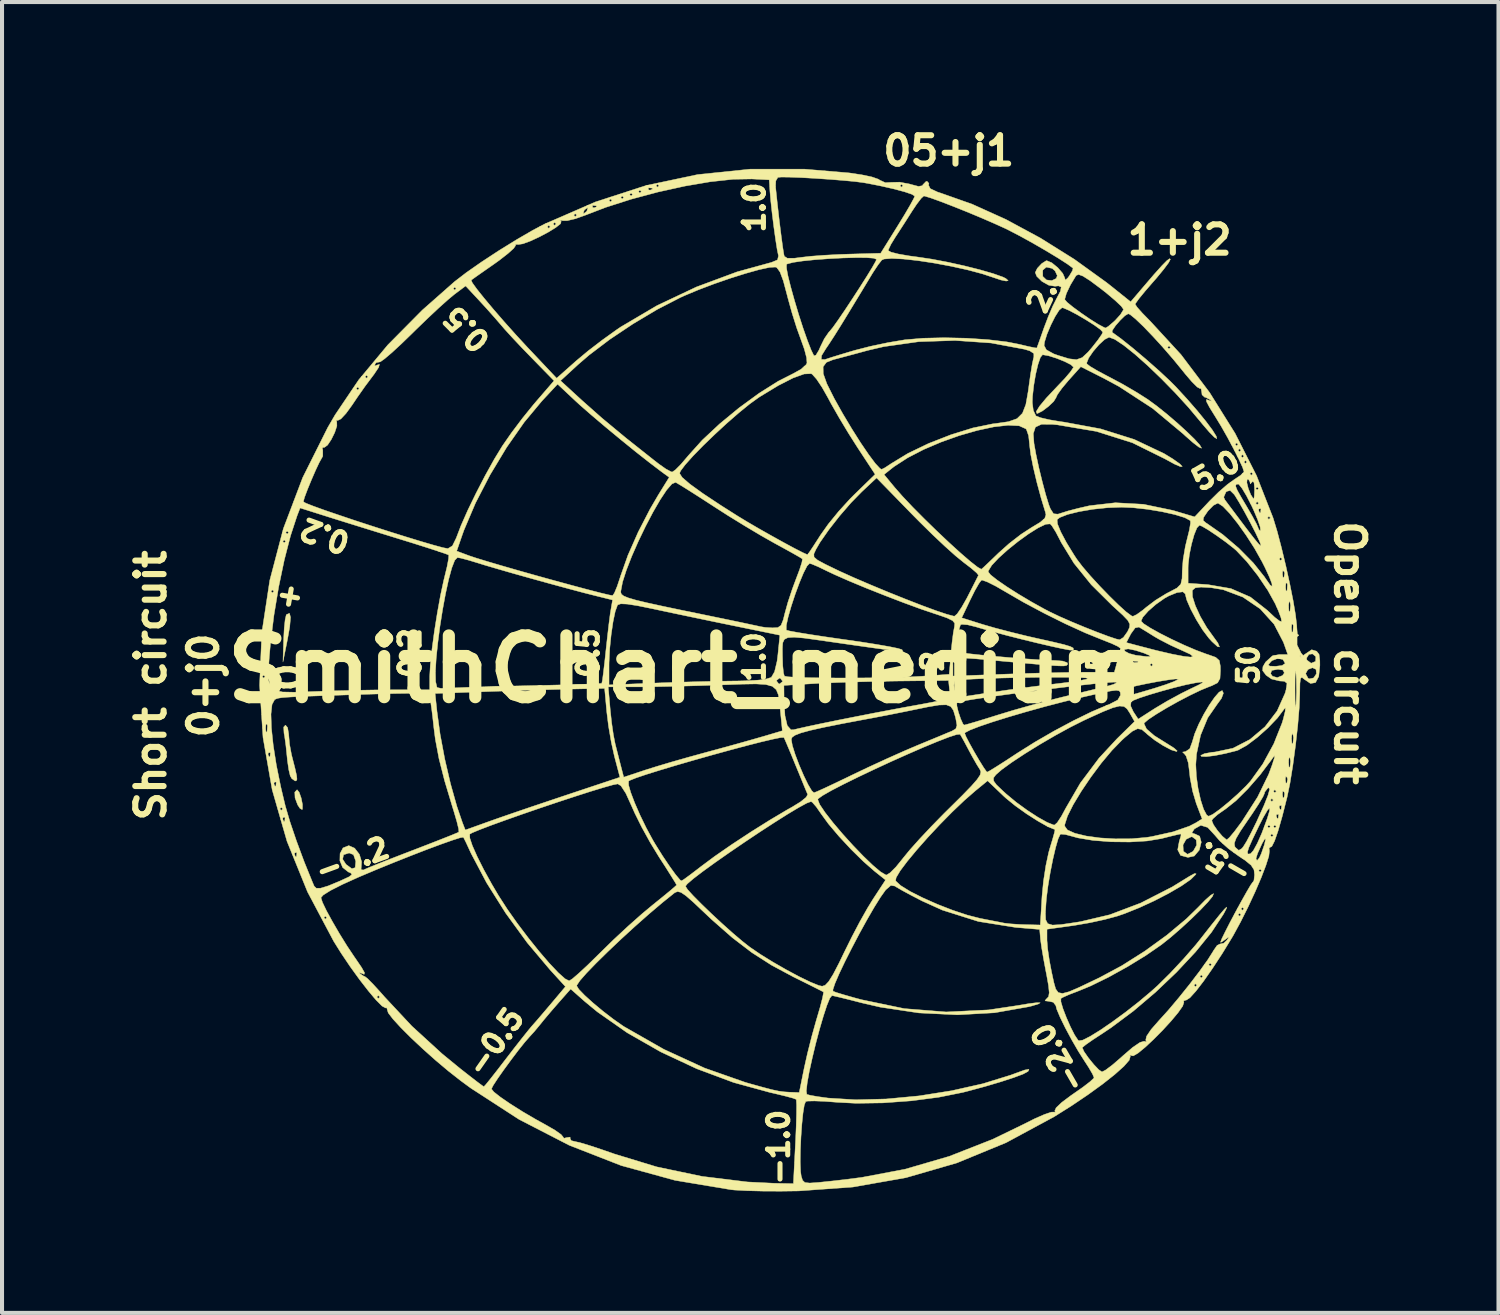
<source format=kicad_pcb>
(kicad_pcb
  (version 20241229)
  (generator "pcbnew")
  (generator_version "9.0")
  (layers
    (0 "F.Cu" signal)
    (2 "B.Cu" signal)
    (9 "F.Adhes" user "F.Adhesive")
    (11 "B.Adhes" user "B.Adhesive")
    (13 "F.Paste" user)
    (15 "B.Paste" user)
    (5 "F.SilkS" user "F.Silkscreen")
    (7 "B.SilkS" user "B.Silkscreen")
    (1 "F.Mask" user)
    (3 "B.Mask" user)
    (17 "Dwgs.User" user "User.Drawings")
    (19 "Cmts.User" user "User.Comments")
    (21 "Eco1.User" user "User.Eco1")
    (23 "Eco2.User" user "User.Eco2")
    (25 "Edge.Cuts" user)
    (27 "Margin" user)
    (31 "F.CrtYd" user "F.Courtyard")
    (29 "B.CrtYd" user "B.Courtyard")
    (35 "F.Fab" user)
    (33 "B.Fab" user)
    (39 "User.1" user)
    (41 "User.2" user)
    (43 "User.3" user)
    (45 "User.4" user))
  (footprint "SmithChart_medium"
    (layer "F.Cu")
    (at 13.873 13.473)
    (property "Reference" "SmithChart_medium" (at 0 0 0) (layer "F.SilkS") (effects (font (size 1.524 1.524) (thickness 0.3))))
    (attr through_hole)
    (fp_poly (pts (xy -9.75 -1.282) (xy -9.77 -1.047) (xy -9.823 -0.748) (xy -9.937 -0.181) (xy -9.92 -0.739) (xy -9.906 -1.012) (xy -9.883 -1.226) (xy -9.856 -1.342) (xy -9.85 -1.35) (xy -9.776 -1.382) (xy -9.75 -1.282)) (stroke (width 0.01) (type solid)) (fill yes) (layer "F.SilkS"))
    (fp_poly (pts (xy -9.537 3.037) (xy -9.487 3.179) (xy -9.455 3.339) (xy -9.456 3.451) (xy -9.464 3.465) (xy -9.517 3.435) (xy -9.574 3.349) (xy -9.639 3.174) (xy -9.645 3.034) (xy -9.589 2.975) (xy -9.588 2.975) (xy -9.537 3.037)) (stroke (width 0.01) (type solid)) (fill yes) (layer "F.SilkS"))
    (fp_poly (pts (xy -9.822 1.442) (xy -9.796 1.597) (xy -9.795 1.615) (xy -9.775 1.846) (xy -9.727 2.105) (xy -9.718 2.141) (xy -9.642 2.437) (xy -9.601 2.62) (xy -9.591 2.716) (xy -9.609 2.753) (xy -9.636 2.758) (xy -9.72 2.699) (xy -9.758 2.631) (xy -9.793 2.485) (xy -9.826 2.261) (xy -9.838 2.141) (xy -9.865 1.882) (xy -9.897 1.65) (xy -9.911 1.578) (xy -9.919 1.427) (xy -9.875 1.379) (xy -9.822 1.442)) (stroke (width 0.01) (type solid)) (fill yes) (layer "F.SilkS"))
    (fp_poly (pts (xy 4.045 -12.254) (xy 4.357 -12.207) (xy 4.609 -12.153) (xy 4.766 -12.098) (xy 4.795 -12.077) (xy 4.935 -12.013) (xy 5.08 -12.021) (xy 5.286 -12.026) (xy 5.526 -11.982) (xy 5.56 -11.972) (xy 5.753 -11.921) (xy 5.847 -11.938) (xy 5.863 -11.964) (xy 5.94 -12.043) (xy 5.965 -12.047) (xy 6.011 -11.995) (xy 6.002 -11.952) (xy 6.043 -11.867) (xy 6.226 -11.781) (xy 6.298 -11.758) (xy 7.079 -11.482) (xy 7.911 -11.106) (xy 8.763 -10.646) (xy 9.602 -10.121) (xy 10.395 -9.549) (xy 10.558 -9.42) (xy 10.992 -9.072) (xy 11.284 -9.415) (xy 11.563 -9.741) (xy 11.762 -9.963) (xy 11.889 -10.092) (xy 11.956 -10.138) (xy 11.972 -10.121) (xy 11.928 -10.036) (xy 11.807 -9.874) (xy 11.632 -9.661) (xy 11.539 -9.555) (xy 11.346 -9.332) (xy 11.197 -9.15) (xy 11.114 -9.034) (xy 11.103 -9.011) (xy 11.152 -8.937) (xy 11.279 -8.794) (xy 11.458 -8.611) (xy 11.472 -8.597) (xy 12.234 -7.769) (xy 12.94 -6.833) (xy 13.569 -5.826) (xy 14.1 -4.779) (xy 14.508 -3.737) (xy 14.609 -3.404) (xy 14.715 -3) (xy 14.821 -2.559) (xy 14.919 -2.114) (xy 15.002 -1.698) (xy 15.062 -1.343) (xy 15.092 -1.084) (xy 15.095 -1.021) (xy 15.106 -0.874) (xy 15.143 -0.837) (xy 15.1 -0.8) (xy 15.1 -0.7) (xy 15.1 -0.6) (xy 15.2 -0.4) (xy 15.25 -0.34) (xy 15.461 -0.482) (xy 15.583 -0.445) (xy 15.643 -0.369) (xy 15.662 -0.213) (xy 15.663 -0.094) (xy 15.635 0.179) (xy 15.555 0.33) (xy 15.431 0.351) (xy 15.281 0.249) (xy 15.22 0.2) (xy 15.186 0.226) (xy 15.171 0.35) (xy 15.167 0.595) (xy 15.167 0.596) (xy 15.154 0.945) (xy 15.117 1.389) (xy 15.062 1.881) (xy 14.996 2.373) (xy 14.924 2.819) (xy 14.854 3.157) (xy 14.737 3.62) (xy 14.633 3.985) (xy 14.544 4.241) (xy 14.476 4.376) (xy 14.443 4.391) (xy 14.409 4.416) (xy 14.417 4.487) (xy 14.403 4.614) (xy 14.331 4.842) (xy 14.215 5.145) (xy 14.064 5.496) (xy 13.891 5.868) (xy 13.708 6.234) (xy 13.526 6.569) (xy 13.49 6.63) (xy 13.251 7.022) (xy 13.013 7.385) (xy 12.793 7.7) (xy 12.602 7.948) (xy 12.455 8.11) (xy 12.366 8.168) (xy 12.359 8.167) (xy 12.3 8.187) (xy 12.306 8.225) (xy 12.276 8.317) (xy 12.162 8.479) (xy 11.989 8.686) (xy 11.78 8.914) (xy 11.558 9.138) (xy 11.348 9.334) (xy 11.173 9.478) (xy 11.057 9.545) (xy 11.031 9.543) (xy 10.97 9.524) (xy 10.983 9.56) (xy 10.957 9.651) (xy 10.824 9.803) (xy 10.598 10.005) (xy 10.296 10.244) (xy 9.934 10.506) (xy 9.528 10.78) (xy 9.103 11.047) (xy 7.916 11.688) (xy 6.699 12.189) (xy 5.442 12.553) (xy 4.137 12.783) (xy 2.794 12.88) (xy 2.35 12.886) (xy 1.912 12.884) (xy 1.52 12.874) (xy 1.216 12.858) (xy 1.125 12.849) (xy -0.257 12.618) (xy -1.587 12.253) (xy -2.87 11.752) (xy -4.108 11.114) (xy -5.269 10.361) (xy -4.79 10.361) (xy -4.73 10.436) (xy -4.566 10.565) (xy -4.322 10.732) (xy -4.021 10.922) (xy -3.686 11.118) (xy -3.434 11.257) (xy -3.218 11.382) (xy -3.07 11.487) (xy -3.019 11.55) (xy -3.02 11.553) (xy -2.997 11.579) (xy -2.931 11.562) (xy -2.847 11.551) (xy -2.848 11.581) (xy -2.821 11.637) (xy -2.733 11.659) (xy -2.605 11.687) (xy -2.375 11.756) (xy -2.075 11.855) (xy -1.751 11.968) (xy -0.706 12.286) (xy 0.408 12.52) (xy 1.532 12.658) (xy 2.185 12.69) (xy 2.665 12.7) (xy 2.692 12.167) (xy 2.834 12.167) (xy 2.843 12.4) (xy 2.858 12.512) (xy 2.892 12.618) (xy 2.949 12.672) (xy 3.067 12.685) (xy 3.283 12.67) (xy 3.359 12.662) (xy 3.674 12.629) (xy 4.046 12.585) (xy 4.354 12.545) (xy 5.422 12.343) (xy 6.513 12.025) (xy 7.586 11.604) (xy 8.332 11.242) (xy 8.618 11.098) (xy 8.86 10.992) (xy 9.028 10.935) (xy 9.087 10.932) (xy 9.132 10.935) (xy 9.118 10.902) (xy 9.151 10.827) (xy 9.288 10.696) (xy 9.509 10.53) (xy 9.578 10.482) (xy 9.81 10.32) (xy 9.987 10.184) (xy 10.08 10.097) (xy 10.087 10.081) (xy 10.05 9.993) (xy 9.953 9.827) (xy 9.864 9.69) (xy 9.702 9.435) (xy 9.534 9.145) (xy 9.377 8.852) (xy 9.249 8.59) (xy 9.166 8.392) (xy 9.144 8.304) (xy 9.082 8.222) (xy 8.981 8.199) (xy 8.877 8.186) (xy 8.907 8.142) (xy 8.919 8.134) (xy 8.965 8.083) (xy 8.981 7.986) (xy 8.964 7.814) (xy 8.915 7.538) (xy 8.9 7.464) (xy 8.842 7.155) (xy 8.794 6.874) (xy 8.766 6.673) (xy 8.763 6.64) (xy 8.745 6.423) (xy 8.148 6.373) (xy 7.232 6.227) (xy 6.342 5.946) (xy 5.842 5.72) (xy 5.572 5.58) (xy 5.346 5.458) (xy 5.2 5.373) (xy 5.171 5.353) (xy 5.071 5.337) (xy 4.945 5.446) (xy 4.94 5.452) (xy 4.817 5.625) (xy 4.659 5.878) (xy 4.48 6.188) (xy 4.291 6.531) (xy 4.106 6.884) (xy 3.935 7.222) (xy 3.793 7.521) (xy 3.691 7.758) (xy 3.641 7.909) (xy 3.643 7.948) (xy 3.721 7.979) (xy 3.908 8.036) (xy 4.171 8.111) (xy 4.35 8.159) (xy 5.401 8.378) (xy 6.436 8.461) (xy 7.483 8.41) (xy 8.196 8.303) (xy 8.487 8.254) (xy 8.677 8.231) (xy 8.758 8.234) (xy 8.717 8.262) (xy 8.547 8.314) (xy 8.475 8.332) (xy 7.631 8.481) (xy 6.715 8.532) (xy 5.763 8.485) (xy 4.81 8.342) (xy 4.354 8.237) (xy 4.056 8.16) (xy 3.812 8.1) (xy 3.655 8.064) (xy 3.616 8.057) (xy 3.564 8.122) (xy 3.491 8.302) (xy 3.404 8.568) (xy 3.309 8.892) (xy 3.215 9.247) (xy 3.129 9.604) (xy 3.056 9.936) (xy 3.006 10.214) (xy 2.984 10.41) (xy 2.996 10.495) (xy 3.078 10.518) (xy 3.265 10.551) (xy 3.517 10.586) (xy 3.527 10.587) (xy 4.201 10.629) (xy 4.961 10.609) (xy 5.766 10.533) (xy 6.574 10.405) (xy 7.344 10.232) (xy 8.033 10.019) (xy 8.148 9.976) (xy 8.376 9.894) (xy 8.481 9.875) (xy 8.467 9.917) (xy 8.451 9.933) (xy 8.335 9.995) (xy 8.105 10.081) (xy 7.786 10.185) (xy 7.405 10.298) (xy 6.988 10.411) (xy 6.848 10.447) (xy 6.251 10.567) (xy 5.575 10.655) (xy 4.878 10.706) (xy 4.215 10.716) (xy 3.753 10.692) (xy 3.442 10.668) (xy 3.184 10.658) (xy 3.014 10.662) (xy 2.969 10.672) (xy 2.934 10.76) (xy 2.902 10.959) (xy 2.874 11.234) (xy 2.852 11.55) (xy 2.838 11.873) (xy 2.834 12.167) (xy 2.692 12.167) (xy 2.717 11.677) (xy 2.733 11.308) (xy 2.742 10.992) (xy 2.744 10.758) (xy 2.737 10.633) (xy 2.733 10.619) (xy 2.651 10.588) (xy 2.461 10.537) (xy 2.2 10.474) (xy 2.093 10.45) (xy 1.191 10.203) (xy 0.279 9.863) (xy -0.61 9.447) (xy -1.44 8.973) (xy -2.177 8.457) (xy -2.488 8.2) (xy -2.834 7.894) (xy -3.141 8.242) (xy -3.33 8.46) (xy -3.501 8.663) (xy -3.592 8.776) (xy -3.732 8.945) (xy -3.848 9.072) (xy -3.964 9.204) (xy -4.123 9.403) (xy -4.302 9.64) (xy -4.481 9.884) (xy -4.637 10.106) (xy -4.747 10.275) (xy -4.79 10.36) (xy -4.79 10.361) (xy -5.269 10.361) (xy -5.306 10.337) (xy -5.552 10.156) (xy -5.854 9.919) (xy -6.171 9.652) (xy -6.485 9.372) (xy -6.777 9.098) (xy -7.028 8.847) (xy -7.221 8.636) (xy -7.338 8.484) (xy -7.361 8.41) (xy -7.373 8.36) (xy -7.404 8.362) (xy -7.49 8.316) (xy -7.636 8.169) (xy -7.702 8.092) (xy -7.62 8.092) (xy -7.584 8.128) (xy -7.547 8.092) (xy -7.584 8.055) (xy -7.62 8.092) (xy -7.702 8.092) (xy -7.827 7.943) (xy -8.047 7.66) (xy -8.277 7.342) (xy -8.501 7.009) (xy -8.683 6.718) (xy -8.994 6.132) (xy -8.926 6.132) (xy -8.89 6.169) (xy -8.854 6.132) (xy -8.89 6.096) (xy -8.926 6.132) (xy -8.994 6.132) (xy -9.255 5.639) (xy -8.999 5.639) (xy -8.962 5.755) (xy -8.862 5.963) (xy -8.715 6.231) (xy -8.54 6.532) (xy -8.353 6.834) (xy -8.17 7.108) (xy -8.154 7.13) (xy -7.996 7.362) (xy -7.923 7.492) (xy -7.932 7.533) (xy -8.001 7.504) (xy -8.051 7.489) (xy -8.031 7.518) (xy -7.937 7.581) (xy -7.918 7.584) (xy -7.851 7.635) (xy -7.714 7.773) (xy -7.531 7.973) (xy -7.426 8.092) (xy -6.754 8.811) (xy -6.007 9.494) (xy -5.565 9.856) (xy -5.324 10.045) (xy -5.13 10.195) (xy -5.007 10.286) (xy -4.977 10.305) (xy -4.927 10.251) (xy -4.808 10.104) (xy -4.638 9.887) (xy -4.443 9.634) (xy -4.226 9.352) (xy -4.029 9.101) (xy -3.876 8.91) (xy -3.798 8.816) (xy -3.685 8.688) (xy -3.516 8.491) (xy -3.324 8.265) (xy -3.314 8.253) (xy -2.963 7.836) (xy -2.981 7.816) (xy -2.685 7.816) (xy -2.631 7.903) (xy -2.487 8.052) (xy -2.279 8.24) (xy -2.035 8.443) (xy -1.782 8.638) (xy -1.548 8.802) (xy -1.518 8.822) (xy -0.534 9.383) (xy 0.477 9.848) (xy 1.475 10.198) (xy 1.56 10.223) (xy 1.898 10.317) (xy 2.133 10.379) (xy 2.3 10.415) (xy 2.435 10.433) (xy 2.575 10.442) (xy 2.584 10.442) (xy 2.809 10.45) (xy 2.93 9.852) (xy 3.013 9.481) (xy 3.12 9.058) (xy 3.23 8.665) (xy 3.244 8.619) (xy 3.326 8.339) (xy 3.383 8.118) (xy 3.408 7.987) (xy 3.406 7.966) (xy 3.332 7.928) (xy 3.156 7.839) (xy 2.906 7.714) (xy 2.665 7.595) (xy 2.126 7.306) (xy 1.637 6.993) (xy 1.158 6.627) (xy 0.649 6.18) (xy 0.454 5.996) (xy 0.192 5.749) (xy 0.011 5.591) (xy -0.11 5.509) (xy -0.194 5.488) (xy -0.26 5.514) (xy -0.272 5.522) (xy -0.569 5.761) (xy -0.9 6.042) (xy -1.247 6.349) (xy -1.592 6.665) (xy -1.918 6.974) (xy -2.208 7.259) (xy -2.443 7.502) (xy -2.607 7.689) (xy -2.682 7.802) (xy -2.685 7.816) (xy -2.981 7.816) (xy -3.341 7.422) (xy -3.905 6.753) (xy -4.437 6.022) (xy -4.909 5.272) (xy -5.291 4.549) (xy -5.331 4.463) (xy -5.415 4.281) (xy -5.473 4.165) (xy -5.476 4.161) (xy -5.326 4.161) (xy -5.262 4.353) (xy -5.142 4.624) (xy -4.977 4.952) (xy -4.777 5.314) (xy -4.615 5.588) (xy -4.399 5.923) (xy -4.149 6.277) (xy -3.881 6.631) (xy -3.613 6.965) (xy -3.361 7.258) (xy -3.142 7.49) (xy -2.972 7.642) (xy -2.871 7.693) (xy -2.793 7.644) (xy -2.636 7.509) (xy -2.42 7.309) (xy -2.167 7.061) (xy -2.103 6.998) (xy -1.778 6.68) (xy -1.42 6.347) (xy -1.074 6.04) (xy -0.816 5.825) (xy -0.571 5.627) (xy -0.374 5.465) (xy -0.25 5.358) (xy -0.248 5.357) (xy 0 5.357) (xy 0.051 5.437) (xy 0.19 5.59) (xy 0.393 5.795) (xy 0.639 6.032) (xy 0.905 6.279) (xy 1.169 6.515) (xy 1.408 6.718) (xy 1.59 6.861) (xy 1.853 7.04) (xy 2.164 7.232) (xy 2.493 7.421) (xy 2.811 7.591) (xy 3.088 7.725) (xy 3.293 7.808) (xy 3.375 7.826) (xy 3.45 7.801) (xy 3.536 7.71) (xy 3.646 7.534) (xy 3.791 7.255) (xy 3.918 6.992) (xy 4.104 6.616) (xy 4.304 6.235) (xy 4.494 5.898) (xy 4.629 5.678) (xy 4.927 5.223) (xy 5.187 5.223) (xy 5.313 5.34) (xy 5.547 5.485) (xy 5.86 5.643) (xy 6.22 5.803) (xy 6.598 5.95) (xy 6.963 6.071) (xy 7.284 6.153) (xy 7.293 6.154) (xy 7.552 6.205) (xy 7.771 6.247) (xy 7.874 6.268) (xy 8.031 6.286) (xy 8.264 6.301) (xy 8.39 6.305) (xy 8.76 6.314) (xy 8.779 6.011) (xy 8.887 6.011) (xy 8.893 6.182) (xy 8.943 6.28) (xy 9.061 6.316) (xy 9.269 6.304) (xy 9.59 6.257) (xy 9.746 6.233) (xy 10.475 6.061) (xy 11.241 5.771) (xy 12.017 5.374) (xy 12.443 5.112) (xy 12.567 5.044) (xy 12.608 5.049) (xy 12.6 5.065) (xy 12.474 5.19) (xy 12.242 5.351) (xy 11.933 5.531) (xy 11.576 5.716) (xy 11.202 5.888) (xy 10.841 6.033) (xy 10.663 6.094) (xy 10.359 6.176) (xy 9.984 6.258) (xy 9.613 6.322) (xy 9.561 6.33) (xy 8.926 6.418) (xy 8.926 6.691) (xy 8.942 6.898) (xy 8.984 7.186) (xy 9.043 7.494) (xy 9.047 7.51) (xy 9.096 7.737) (xy 9.141 7.894) (xy 9.205 7.982) (xy 9.308 8.004) (xy 9.472 7.961) (xy 9.718 7.855) (xy 10.068 7.688) (xy 10.223 7.614) (xy 10.771 7.32) (xy 11.34 6.96) (xy 11.886 6.564) (xy 12.368 6.161) (xy 12.654 5.882) (xy 12.83 5.702) (xy 12.967 5.58) (xy 13.037 5.539) (xy 13.039 5.54) (xy 13.012 5.608) (xy 12.897 5.749) (xy 12.714 5.942) (xy 12.486 6.165) (xy 12.234 6.397) (xy 11.981 6.617) (xy 11.75 6.801) (xy 11.365 7.067) (xy 10.914 7.343) (xy 10.444 7.603) (xy 10.003 7.819) (xy 9.688 7.949) (xy 9.473 8.031) (xy 9.316 8.101) (xy 9.269 8.128) (xy 9.27 8.211) (xy 9.321 8.382) (xy 9.406 8.602) (xy 9.507 8.831) (xy 9.607 9.028) (xy 9.69 9.153) (xy 9.712 9.172) (xy 9.809 9.156) (xy 9.995 9.062) (xy 10.249 8.905) (xy 10.547 8.7) (xy 10.869 8.464) (xy 11.193 8.21) (xy 11.496 7.955) (xy 11.652 7.815) (xy 11.963 7.508) (xy 12.296 7.152) (xy 12.598 6.805) (xy 12.704 6.673) (xy 12.983 6.318) (xy 13.18 6.072) (xy 13.304 5.926) (xy 13.36 5.872) (xy 13.357 5.905) (xy 13.3 6.015) (xy 13.274 6.06) (xy 12.985 6.497) (xy 12.593 6.979) (xy 12.124 7.48) (xy 11.604 7.975) (xy 11.058 8.439) (xy 10.511 8.847) (xy 10.287 8.997) (xy 10.059 9.146) (xy 9.887 9.266) (xy 9.802 9.335) (xy 9.797 9.342) (xy 9.84 9.439) (xy 9.946 9.591) (xy 10.079 9.755) (xy 10.203 9.886) (xy 10.283 9.941) (xy 10.283 9.941) (xy 10.373 9.895) (xy 10.537 9.772) (xy 10.743 9.595) (xy 10.807 9.537) (xy 11.042 9.335) (xy 11.222 9.213) (xy 11.325 9.183) (xy 11.33 9.186) (xy 11.382 9.197) (xy 11.364 9.154) (xy 11.384 9.06) (xy 11.498 8.892) (xy 11.687 8.676) (xy 11.919 8.42) (xy 12.18 8.11) (xy 12.428 7.801) (xy 12.555 7.801) (xy 12.591 7.838) (xy 12.627 7.801) (xy 12.591 7.765) (xy 12.555 7.801) (xy 12.428 7.801) (xy 12.445 7.78) (xy 12.595 7.584) (xy 12.7 7.584) (xy 12.736 7.62) (xy 12.773 7.584) (xy 12.736 7.547) (xy 12.7 7.584) (xy 12.595 7.584) (xy 12.691 7.458) (xy 12.809 7.293) (xy 12.918 7.293) (xy 12.954 7.33) (xy 12.99 7.293) (xy 12.954 7.257) (xy 12.918 7.293) (xy 12.809 7.293) (xy 12.892 7.178) (xy 13.024 6.97) (xy 13.037 6.946) (xy 13.126 6.818) (xy 13.2 6.781) (xy 13.203 6.782) (xy 13.289 6.763) (xy 13.363 6.694) (xy 13.425 6.609) (xy 13.387 6.627) (xy 13.335 6.667) (xy 13.236 6.735) (xy 13.209 6.74) (xy 13.241 6.655) (xy 13.326 6.481) (xy 13.445 6.248) (xy 13.545 6.06) (xy 13.643 6.06) (xy 13.68 6.096) (xy 13.716 6.06) (xy 13.68 6.023) (xy 13.643 6.06) (xy 13.545 6.06) (xy 13.584 5.986) (xy 13.623 5.915) (xy 13.716 5.915) (xy 13.752 5.951) (xy 13.789 5.915) (xy 13.752 5.878) (xy 13.716 5.915) (xy 13.623 5.915) (xy 13.726 5.726) (xy 13.855 5.497) (xy 13.954 5.329) (xy 14.007 5.254) (xy 14.011 5.253) (xy 14.035 5.215) (xy 14.05 5.077) (xy 14.05 5.076) (xy 14.039 4.971) (xy 14.151 4.971) (xy 14.188 5.007) (xy 14.224 4.971) (xy 14.188 4.935) (xy 14.151 4.971) (xy 14.039 4.971) (xy 14.036 4.949) (xy 13.966 4.839) (xy 13.813 4.714) (xy 13.748 4.672) (xy 14.086 4.672) (xy 14.106 4.716) (xy 14.117 4.717) (xy 14.168 4.658) (xy 14.216 4.554) (xy 14.291 4.337) (xy 14.322 4.207) (xy 14.309 4.181) (xy 14.252 4.273) (xy 14.229 4.318) (xy 14.125 4.547) (xy 14.086 4.672) (xy 13.748 4.672) (xy 13.65 4.606) (xy 13.526 4.517) (xy 13.874 4.517) (xy 13.888 4.562) (xy 13.946 4.556) (xy 13.952 4.554) (xy 14.021 4.476) (xy 14.119 4.297) (xy 14.206 4.1) (xy 14.442 4.1) (xy 14.478 4.137) (xy 14.514 4.1) (xy 14.478 4.064) (xy 14.442 4.1) (xy 14.206 4.1) (xy 14.226 4.055) (xy 14.239 4.022) (xy 14.291 3.883) (xy 14.369 3.883) (xy 14.405 3.919) (xy 14.442 3.883) (xy 14.514 3.883) (xy 14.551 3.919) (xy 14.587 3.883) (xy 14.551 3.846) (xy 14.514 3.883) (xy 14.442 3.883) (xy 14.405 3.846) (xy 14.369 3.883) (xy 14.291 3.883) (xy 14.359 3.698) (xy 14.381 3.629) (xy 14.587 3.629) (xy 14.613 3.688) (xy 14.635 3.677) (xy 14.644 3.591) (xy 14.635 3.58) (xy 14.592 3.59) (xy 14.587 3.629) (xy 14.381 3.629) (xy 14.42 3.498) (xy 14.423 3.423) (xy 14.371 3.477) (xy 14.263 3.662) (xy 14.151 3.883) (xy 14 4.197) (xy 13.909 4.402) (xy 13.874 4.517) (xy 13.526 4.517) (xy 13.405 4.428) (xy 13.257 4.296) (xy 13.551 4.296) (xy 13.562 4.375) (xy 13.58 4.402) (xy 13.661 4.471) (xy 13.737 4.425) (xy 13.774 4.379) (xy 13.854 4.25) (xy 13.969 4.032) (xy 14.098 3.77) (xy 14.113 3.737) (xy 14.261 3.411) (xy 14.659 3.411) (xy 14.686 3.471) (xy 14.708 3.459) (xy 14.716 3.373) (xy 14.708 3.362) (xy 14.665 3.372) (xy 14.659 3.411) (xy 14.261 3.411) (xy 14.284 3.36) (xy 14.336 3.229) (xy 14.442 3.229) (xy 14.478 3.266) (xy 14.514 3.229) (xy 14.478 3.193) (xy 14.442 3.229) (xy 14.336 3.229) (xy 14.386 3.103) (xy 14.393 3.078) (xy 14.738 3.078) (xy 14.751 3.172) (xy 14.776 3.173) (xy 14.793 3.076) (xy 14.782 3.034) (xy 14.749 3.007) (xy 14.738 3.078) (xy 14.393 3.078) (xy 14.41 3.012) (xy 14.514 3.012) (xy 14.551 3.048) (xy 14.587 3.012) (xy 14.551 2.975) (xy 14.514 3.012) (xy 14.41 3.012) (xy 14.424 2.96) (xy 14.398 2.925) (xy 14.377 2.934) (xy 14.301 3.032) (xy 14.297 3.061) (xy 14.257 3.15) (xy 14.151 3.327) (xy 13.997 3.562) (xy 13.892 3.715) (xy 13.705 3.99) (xy 13.595 4.175) (xy 13.551 4.296) (xy 13.257 4.296) (xy 13.188 4.233) (xy 13.07 4.096) (xy 12.893 3.905) (xy 12.723 3.853) (xy 12.568 3.94) (xy 12.555 3.955) (xy 12.503 4.041) (xy 12.566 4.064) (xy 12.574 4.064) (xy 12.695 4.121) (xy 12.735 4.269) (xy 12.686 4.464) (xy 12.562 4.611) (xy 12.406 4.645) (xy 12.224 4.596) (xy 12.153 4.457) (xy 12.175 4.336) (xy 12.284 4.336) (xy 12.292 4.484) (xy 12.3 4.499) (xy 12.397 4.568) (xy 12.525 4.5) (xy 12.54 4.485) (xy 12.621 4.342) (xy 12.61 4.21) (xy 12.514 4.139) (xy 12.487 4.137) (xy 12.361 4.198) (xy 12.284 4.336) (xy 12.175 4.336) (xy 12.192 4.245) (xy 12.233 4.112) (xy 12.232 4.064) (xy 12.153 4.081) (xy 11.973 4.124) (xy 11.744 4.182) (xy 11.399 4.239) (xy 10.97 4.265) (xy 10.507 4.26) (xy 10.062 4.225) (xy 9.688 4.163) (xy 9.561 4.128) (xy 9.38 4.08) (xy 9.266 4.07) (xy 9.253 4.076) (xy 9.202 4.184) (xy 9.139 4.401) (xy 9.071 4.691) (xy 9.006 5.019) (xy 8.951 5.349) (xy 8.913 5.646) (xy 8.904 5.752) (xy 8.887 6.011) (xy 8.779 6.011) (xy 8.803 5.606) (xy 8.839 5.231) (xy 8.898 4.847) (xy 8.968 4.52) (xy 8.993 4.431) (xy 9.064 4.196) (xy 9.111 4.027) (xy 9.124 3.959) (xy 9.124 3.959) (xy 8.949 3.887) (xy 8.92 3.871) (xy 9.362 3.871) (xy 9.43 3.967) (xy 9.616 4.05) (xy 9.893 4.117) (xy 10.234 4.164) (xy 10.613 4.187) (xy 11.003 4.185) (xy 11.377 4.152) (xy 11.507 4.132) (xy 12.038 4.014) (xy 12.44 3.874) (xy 12.601 3.791) (xy 12.688 3.737) (xy 12.994 3.737) (xy 13.036 3.838) (xy 13.136 3.983) (xy 13.255 4.122) (xy 13.35 4.202) (xy 13.368 4.208) (xy 13.431 4.153) (xy 13.552 4.008) (xy 13.707 3.801) (xy 13.74 3.756) (xy 14.125 3.156) (xy 14.34 2.715) (xy 14.81 2.715) (xy 14.824 2.81) (xy 14.848 2.811) (xy 14.866 2.714) (xy 14.854 2.672) (xy 14.822 2.644) (xy 14.81 2.715) (xy 14.34 2.715) (xy 14.398 2.596) (xy 14.483 2.366) (xy 14.509 2.286) (xy 14.891 2.286) (xy 14.899 2.41) (xy 14.922 2.421) (xy 14.925 2.414) (xy 14.939 2.27) (xy 14.927 2.197) (xy 14.904 2.167) (xy 14.892 2.263) (xy 14.891 2.286) (xy 14.509 2.286) (xy 14.541 2.186) (xy 14.549 2.13) (xy 14.505 2.181) (xy 14.458 2.248) (xy 14.183 2.612) (xy 13.883 2.956) (xy 13.591 3.246) (xy 13.339 3.447) (xy 13.324 3.457) (xy 13.14 3.586) (xy 13.02 3.693) (xy 12.994 3.737) (xy 12.688 3.737) (xy 12.756 3.695) (xy 12.612 3.317) (xy 12.521 3.011) (xy 12.458 2.677) (xy 12.445 2.548) (xy 12.414 2.309) (xy 12.36 2.142) (xy 12.324 2.095) (xy 12.274 2.045) (xy 12.346 2.033) (xy 12.45 1.964) (xy 12.51 1.802) (xy 12.572 1.594) (xy 12.672 1.357) (xy 12.797 1.112) (xy 12.932 0.884) (xy 13.063 0.695) (xy 13.174 0.567) (xy 13.252 0.525) (xy 13.281 0.59) (xy 13.281 0.591) (xy 13.234 0.718) (xy 13.13 0.86) (xy 12.895 1.199) (xy 12.718 1.628) (xy 12.617 2.099) (xy 12.6 2.353) (xy 12.614 2.639) (xy 12.656 2.942) (xy 12.719 3.226) (xy 12.793 3.456) (xy 12.869 3.599) (xy 12.917 3.629) (xy 13.019 3.582) (xy 13.193 3.458) (xy 13.407 3.283) (xy 13.632 3.084) (xy 13.837 2.885) (xy 13.949 2.763) (xy 14.254 2.339) (xy 14.526 1.839) (xy 14.579 1.705) (xy 14.964 1.705) (xy 14.972 1.829) (xy 14.994 1.84) (xy 14.997 1.834) (xy 15.012 1.69) (xy 15 1.616) (xy 14.977 1.587) (xy 14.964 1.683) (xy 14.964 1.705) (xy 14.579 1.705) (xy 14.729 1.329) (xy 14.758 1.234) (xy 14.807 1.035) (xy 14.813 0.951) (xy 14.783 0.98) (xy 14.617 1.202) (xy 14.383 1.447) (xy 14.118 1.683) (xy 13.861 1.877) (xy 13.646 1.996) (xy 13.607 2.01) (xy 13.324 2.081) (xy 13.064 2.132) (xy 12.858 2.157) (xy 12.738 2.152) (xy 12.722 2.127) (xy 12.814 2.083) (xy 12.996 2.05) (xy 13.076 2.043) (xy 13.517 1.95) (xy 13.936 1.734) (xy 14.308 1.42) (xy 14.607 1.031) (xy 14.805 0.589) (xy 14.832 0.49) (xy 14.834 0.472) (xy 15.049 0.472) (xy 15.051 0.734) (xy 15.057 0.891) (xy 15.066 0.929) (xy 15.076 0.855) (xy 15.086 0.566) (xy 15.082 0.243) (xy 15.076 0.129) (xy 15.074 0.111) (xy 15.313 0.111) (xy 15.37 0.219) (xy 15.403 0.237) (xy 15.509 0.214) (xy 15.578 0.112) (xy 15.568 0.003) (xy 15.478 -0.037) (xy 15.369 0.006) (xy 15.313 0.104) (xy 15.313 0.111) (xy 15.074 0.111) (xy 15.065 0.037) (xy 15.056 0.078) (xy 15.051 0.239) (xy 15.049 0.472) (xy 14.834 0.472) (xy 14.851 0.348) (xy 14.787 0.296) (xy 14.672 0.29) (xy 14.47 0.241) (xy 14.335 0.147) (xy 14.306 0.108) (xy 14.447 0.108) (xy 14.493 0.172) (xy 14.611 0.206) (xy 14.74 0.155) (xy 14.786 0.091) (xy 14.751 0.02) (xy 14.629 0) (xy 14.475 0.029) (xy 14.447 0.108) (xy 14.306 0.108) (xy 14.25 0.034) (xy 14.257 -0.064) (xy 14.284 -0.11) (xy 14.389 -0.11) (xy 14.425 -0.078) (xy 14.571 -0.073) (xy 14.731 -0.093) (xy 14.763 -0.115) (xy 15.173 -0.115) (xy 15.187 -0.021) (xy 15.18 -0.04) (xy 15.17 -0.12) (xy 15.18 -0.159) (xy 15.185 -0.186) (xy 15.173 -0.115) (xy 14.763 -0.115) (xy 14.804 -0.142) (xy 14.805 -0.147) (xy 14.749 -0.242) (xy 14.622 -0.267) (xy 14.483 -0.214) (xy 14.457 -0.191) (xy 14.389 -0.11) (xy 14.284 -0.11) (xy 14.325 -0.18) (xy 14.428 -0.273) (xy 15.332 -0.273) (xy 15.344 -0.226) (xy 15.447 -0.149) (xy 15.549 -0.191) (xy 15.557 -0.203) (xy 15.563 -0.312) (xy 15.482 -0.38) (xy 15.392 -0.367) (xy 15.332 -0.273) (xy 14.428 -0.273) (xy 14.487 -0.327) (xy 15.167 -0.327) (xy 15.204 -0.29) (xy 15.18 -0.327) (xy 15.204 -0.363) (xy 15.167 -0.327) (xy 14.487 -0.327) (xy 14.492 -0.331) (xy 14.658 -0.363) (xy 14.871 -0.363) (xy 14.764 -0.665) (xy 14.582 -1.016) (xy 14.961 -1.016) (xy 14.973 -0.913) (xy 14.998 -0.925) (xy 15.007 -1.074) (xy 14.998 -1.107) (xy 14.971 -1.116) (xy 14.961 -1.016) (xy 14.582 -1.016) (xy 14.532 -1.112) (xy 14.19 -1.491) (xy 13.762 -1.782) (xy 13.274 -1.965) (xy 12.978 -2.014) (xy 12.729 -2.028) (xy 12.589 -2.011) (xy 12.523 -1.957) (xy 12.514 -1.938) (xy 12.518 -1.792) (xy 12.59 -1.566) (xy 12.713 -1.3) (xy 12.87 -1.03) (xy 13.001 -0.848) (xy 13.144 -0.65) (xy 13.186 -0.551) (xy 13.135 -0.56) (xy 12.999 -0.684) (xy 12.918 -0.773) (xy 12.769 -0.971) (xy 12.613 -1.223) (xy 12.474 -1.485) (xy 12.375 -1.713) (xy 12.338 -1.862) (xy 12.281 -1.912) (xy 12.135 -1.893) (xy 11.935 -1.812) (xy 11.829 -1.753) (xy 11.616 -1.603) (xy 11.425 -1.436) (xy 11.291 -1.284) (xy 11.249 -1.19) (xy 11.311 -1.125) (xy 11.478 -1.018) (xy 11.72 -0.884) (xy 12.009 -0.738) (xy 12.315 -0.595) (xy 12.609 -0.469) (xy 12.862 -0.375) (xy 12.9 -0.363) (xy 13.091 -0.295) (xy 13.18 -0.216) (xy 13.206 -0.076) (xy 13.208 0.033) (xy 13.197 0.229) (xy 13.138 0.335) (xy 12.994 0.407) (xy 12.936 0.428) (xy 12.724 0.515) (xy 12.457 0.643) (xy 12.166 0.795) (xy 11.879 0.956) (xy 11.625 1.109) (xy 11.432 1.237) (xy 11.33 1.324) (xy 11.321 1.343) (xy 11.384 1.474) (xy 11.576 1.64) (xy 11.902 1.844) (xy 11.902 1.844) (xy 12.065 1.947) (xy 12.14 2.015) (xy 12.128 2.031) (xy 11.994 1.991) (xy 11.797 1.887) (xy 11.584 1.749) (xy 11.405 1.607) (xy 11.378 1.581) (xy 11.266 1.487) (xy 11.163 1.467) (xy 11.034 1.53) (xy 10.848 1.684) (xy 10.775 1.751) (xy 10.528 2.005) (xy 10.266 2.318) (xy 10.008 2.664) (xy 9.771 3.015) (xy 9.572 3.345) (xy 9.431 3.627) (xy 9.365 3.834) (xy 9.362 3.871) (xy 8.92 3.871) (xy 8.702 3.748) (xy 8.42 3.568) (xy 8.144 3.371) (xy 7.913 3.183) (xy 7.862 3.137) (xy 7.46 2.753) (xy 7.606 2.753) (xy 7.677 2.851) (xy 7.836 3.003) (xy 7.924 3.083) (xy 8.164 3.282) (xy 8.434 3.479) (xy 8.7 3.652) (xy 8.929 3.78) (xy 9.087 3.843) (xy 9.111 3.846) (xy 9.179 3.786) (xy 9.283 3.628) (xy 9.39 3.429) (xy 9.75 2.809) (xy 10.211 2.194) (xy 10.654 1.716) (xy 11.088 1.29) (xy 10.968 1.078) (xy 10.902 0.977) (xy 10.827 0.919) (xy 10.718 0.908) (xy 10.555 0.949) (xy 10.314 1.045) (xy 9.973 1.199) (xy 9.831 1.265) (xy 9.501 1.431) (xy 9.13 1.634) (xy 8.746 1.858) (xy 8.379 2.085) (xy 8.057 2.298) (xy 7.808 2.478) (xy 7.664 2.604) (xy 7.607 2.68) (xy 7.606 2.753) (xy 7.46 2.753) (xy 7.46 2.753) (xy 7.158 3) (xy 6.884 3.239) (xy 6.586 3.523) (xy 6.28 3.834) (xy 5.982 4.153) (xy 5.709 4.462) (xy 5.477 4.742) (xy 5.302 4.975) (xy 5.202 5.143) (xy 5.187 5.223) (xy 4.927 5.223) (xy 4.941 5.203) (xy 4.666 4.984) (xy 4.393 4.745) (xy 4.089 4.446) (xy 3.789 4.123) (xy 3.53 3.817) (xy 3.353 3.574) (xy 3.23 3.397) (xy 3.133 3.286) (xy 3.1 3.266) (xy 2.995 3.305) (xy 2.795 3.414) (xy 2.521 3.578) (xy 2.192 3.786) (xy 1.829 4.022) (xy 1.452 4.274) (xy 1.08 4.528) (xy 0.733 4.771) (xy 0.432 4.989) (xy 0.196 5.169) (xy 0.046 5.298) (xy 0 5.357) (xy -0.248 5.357) (xy -0.218 5.326) (xy -0.255 5.261) (xy -0.355 5.1) (xy -0.502 4.867) (xy -0.655 4.631) (xy -0.868 4.281) (xy -1.078 3.901) (xy -1.253 3.549) (xy -1.322 3.393) (xy -1.471 3.065) (xy -1.592 2.878) (xy -1.636 2.851) (xy -1.406 2.851) (xy -1.352 3.04) (xy -1.253 3.3) (xy -1.121 3.602) (xy -0.968 3.917) (xy -0.805 4.218) (xy -0.746 4.318) (xy -0.564 4.609) (xy -0.388 4.87) (xy -0.239 5.076) (xy -0.134 5.2) (xy -0.099 5.225) (xy -0.032 5.184) (xy 0.119 5.073) (xy 0.325 4.916) (xy 0.383 4.871) (xy 0.723 4.618) (xy 1.148 4.324) (xy 1.617 4.016) (xy 2.086 3.722) (xy 2.514 3.468) (xy 2.634 3.401) (xy 2.842 3.273) (xy 2.914 3.215) (xy 3.266 3.215) (xy 3.314 3.338) (xy 3.447 3.536) (xy 3.641 3.785) (xy 3.877 4.063) (xy 4.134 4.347) (xy 4.39 4.613) (xy 4.625 4.839) (xy 4.817 5.001) (xy 4.946 5.077) (xy 4.964 5.08) (xy 5.053 5.025) (xy 5.196 4.882) (xy 5.361 4.679) (xy 5.373 4.663) (xy 5.537 4.463) (xy 5.779 4.192) (xy 6.07 3.882) (xy 6.384 3.561) (xy 6.522 3.425) (xy 6.837 3.113) (xy 7.059 2.884) (xy 7.201 2.722) (xy 7.275 2.611) (xy 7.293 2.534) (xy 7.273 2.481) (xy 7.191 2.349) (xy 7.074 2.143) (xy 6.995 1.996) (xy 6.887 1.793) (xy 6.807 1.65) (xy 6.78 1.605) (xy 6.696 1.612) (xy 6.505 1.674) (xy 6.226 1.782) (xy 5.88 1.925) (xy 5.49 2.095) (xy 5.076 2.28) (xy 4.659 2.473) (xy 4.261 2.662) (xy 3.902 2.839) (xy 3.604 2.993) (xy 3.389 3.116) (xy 3.277 3.196) (xy 3.266 3.215) (xy 2.914 3.215) (xy 2.98 3.161) (xy 3.018 3.091) (xy 2.976 2.993) (xy 2.894 2.794) (xy 2.785 2.528) (xy 2.715 2.359) (xy 2.6 2.078) (xy 2.505 1.853) (xy 2.453 1.731) (xy 2.613 1.731) (xy 2.639 1.882) (xy 2.709 2.105) (xy 2.808 2.365) (xy 2.919 2.624) (xy 3.028 2.848) (xy 3.119 3.001) (xy 3.172 3.048) (xy 3.251 3.018) (xy 3.435 2.935) (xy 3.698 2.811) (xy 4.015 2.659) (xy 4.095 2.62) (xy 4.508 2.423) (xy 4.959 2.215) (xy 5.389 2.023) (xy 5.697 1.891) (xy 6.012 1.761) (xy 6.29 1.646) (xy 6.445 1.581) (xy 6.894 1.581) (xy 6.928 1.666) (xy 7.013 1.83) (xy 7.128 2.037) (xy 7.251 2.247) (xy 7.36 2.423) (xy 7.433 2.527) (xy 7.448 2.54) (xy 7.52 2.502) (xy 7.687 2.399) (xy 7.924 2.248) (xy 8.188 2.074) (xy 8.623 1.801) (xy 9.1 1.525) (xy 9.582 1.268) (xy 10.029 1.049) (xy 10.372 0.903) (xy 10.99 0.903) (xy 11.057 1.047) (xy 11.178 1.231) (xy 11.588 0.968) (xy 11.893 0.786) (xy 12.237 0.599) (xy 12.44 0.498) (xy 12.667 0.389) (xy 12.771 0.332) (xy 12.763 0.314) (xy 12.652 0.327) (xy 12.591 0.336) (xy 12.363 0.381) (xy 12.075 0.452) (xy 11.764 0.537) (xy 11.465 0.625) (xy 11.214 0.707) (xy 11.047 0.773) (xy 11.002 0.799) (xy 10.99 0.903) (xy 10.372 0.903) (xy 10.404 0.889) (xy 10.468 0.865) (xy 10.673 0.759) (xy 10.741 0.639) (xy 10.736 0.572) (xy 10.728 0.559) (xy 10.845 0.559) (xy 10.895 0.64) (xy 10.934 0.653) (xy 11.017 0.633) (xy 11.204 0.58) (xy 11.462 0.504) (xy 11.589 0.466) (xy 11.857 0.379) (xy 12.057 0.305) (xy 12.161 0.254) (xy 12.168 0.242) (xy 12.088 0.241) (xy 11.906 0.264) (xy 11.662 0.304) (xy 11.396 0.354) (xy 11.148 0.406) (xy 10.957 0.453) (xy 10.866 0.485) (xy 10.845 0.559) (xy 10.728 0.559) (xy 10.709 0.532) (xy 10.636 0.52) (xy 10.495 0.537) (xy 10.263 0.584) (xy 9.918 0.662) (xy 9.81 0.687) (xy 9.35 0.798) (xy 8.876 0.921) (xy 8.409 1.051) (xy 7.97 1.18) (xy 7.579 1.302) (xy 7.258 1.411) (xy 7.026 1.501) (xy 6.906 1.564) (xy 6.894 1.581) (xy 6.445 1.581) (xy 6.495 1.56) (xy 6.579 1.526) (xy 6.675 1.47) (xy 6.703 1.384) (xy 6.674 1.218) (xy 6.661 1.166) (xy 6.615 1.014) (xy 6.549 0.92) (xy 6.44 0.878) (xy 6.259 0.883) (xy 5.982 0.93) (xy 5.72 0.984) (xy 5.408 1.048) (xy 5.017 1.126) (xy 4.611 1.204) (xy 4.427 1.238) (xy 3.855 1.346) (xy 3.411 1.435) (xy 3.082 1.509) (xy 2.852 1.572) (xy 2.707 1.628) (xy 2.632 1.681) (xy 2.613 1.731) (xy 2.453 1.731) (xy 2.445 1.714) (xy 2.43 1.684) (xy 2.35 1.687) (xy 2.154 1.727) (xy 1.862 1.796) (xy 1.498 1.889) (xy 1.084 2) (xy 0.641 2.122) (xy 0.192 2.249) (xy -0.242 2.375) (xy -0.637 2.494) (xy -0.973 2.599) (xy -1.227 2.685) (xy -1.376 2.745) (xy -1.403 2.761) (xy -1.406 2.851) (xy -1.636 2.851) (xy -1.67 2.83) (xy -1.788 2.853) (xy -2.019 2.918) (xy -2.338 3.015) (xy -2.721 3.138) (xy -3.147 3.278) (xy -3.59 3.427) (xy -4.029 3.578) (xy -4.439 3.723) (xy -4.798 3.853) (xy -5.081 3.961) (xy -5.266 4.038) (xy -5.325 4.071) (xy -5.326 4.161) (xy -5.476 4.161) (xy -5.484 4.147) (xy -5.56 4.159) (xy -5.748 4.219) (xy -6.026 4.317) (xy -6.373 4.446) (xy -6.765 4.598) (xy -7.183 4.764) (xy -7.603 4.935) (xy -8.004 5.104) (xy -8.074 5.134) (xy -8.466 5.311) (xy -8.76 5.46) (xy -8.941 5.573) (xy -8.999 5.639) (xy -9.255 5.639) (xy -9.33 5.498) (xy -9.706 4.572) (xy -9.652 4.572) (xy -9.625 4.632) (xy -9.604 4.62) (xy -9.595 4.534) (xy -9.604 4.524) (xy -9.647 4.534) (xy -9.652 4.572) (xy -9.706 4.572) (xy -9.837 4.248) (xy -9.995 3.701) (xy -9.942 3.701) (xy -9.916 3.761) (xy -9.894 3.75) (xy -9.885 3.663) (xy -9.894 3.653) (xy -9.937 3.663) (xy -9.942 3.701) (xy -9.995 3.701) (xy -10.068 3.447) (xy -10.015 3.447) (xy -9.979 3.483) (xy -9.942 3.447) (xy -9.979 3.411) (xy -10.015 3.447) (xy -10.068 3.447) (xy -10.203 2.977) (xy -10.229 2.83) (xy -10.16 2.83) (xy -10.133 2.89) (xy -10.112 2.879) (xy -10.103 2.793) (xy -10.112 2.782) (xy -10.155 2.792) (xy -10.16 2.83) (xy -10.229 2.83) (xy -10.356 2.105) (xy -10.305 2.105) (xy -10.279 2.164) (xy -10.257 2.153) (xy -10.248 2.067) (xy -10.257 2.056) (xy -10.3 2.066) (xy -10.305 2.105) (xy -10.356 2.105) (xy -10.429 1.689) (xy -10.445 1.451) (xy -10.366 1.451) (xy -10.355 1.554) (xy -10.33 1.542) (xy -10.32 1.394) (xy -10.33 1.361) (xy -10.356 1.352) (xy -10.366 1.451) (xy -10.445 1.451) (xy -10.467 1.109) (xy -10.233 1.109) (xy -10.222 1.451) (xy -10.177 1.876) (xy -10.1 2.367) (xy -9.991 2.904) (xy -9.879 3.375) (xy -9.764 3.766) (xy -9.603 4.241) (xy -9.412 4.755) (xy -9.207 5.26) (xy -9.167 5.354) (xy -9.114 5.406) (xy -9.006 5.405) (xy -8.819 5.348) (xy -8.53 5.228) (xy -8.491 5.21) (xy -8.303 5.123) (xy -8.234 5.069) (xy -8.266 5.029) (xy -8.325 5.004) (xy -8.464 4.893) (xy -8.532 4.727) (xy -8.531 4.69) (xy -8.463 4.69) (xy -8.38 4.818) (xy -8.237 4.923) (xy -8.155 4.899) (xy -8.14 4.748) (xy -8.141 4.735) (xy -8.196 4.578) (xy -8.303 4.536) (xy -8.441 4.58) (xy -8.463 4.69) (xy -8.531 4.69) (xy -8.528 4.551) (xy -8.455 4.411) (xy -8.313 4.354) (xy -8.312 4.354) (xy -8.168 4.417) (xy -8.05 4.569) (xy -7.995 4.752) (xy -8 4.82) (xy -8.009 4.945) (xy -7.955 4.957) (xy -7.918 4.94) (xy -7.812 4.894) (xy -7.598 4.807) (xy -7.299 4.689) (xy -6.943 4.551) (xy -6.713 4.463) (xy -6.343 4.32) (xy -6.023 4.195) (xy -5.776 4.097) (xy -5.627 4.035) (xy -5.594 4.018) (xy -5.6 3.941) (xy -5.644 3.76) (xy -5.718 3.508) (xy -5.754 3.392) (xy -5.946 2.754) (xy -6.084 2.212) (xy -6.175 1.73) (xy -6.211 1.451) (xy -6.24 1.19) (xy -6.266 0.978) (xy -6.282 0.871) (xy -6.305 0.706) (xy -6.308 0.665) (xy -6.334 0.633) (xy -6.416 0.611) (xy -6.572 0.599) (xy -6.62 0.598) (xy -6.181 0.598) (xy -6.134 1.043) (xy -6.057 1.606) (xy -5.942 2.218) (xy -5.8 2.828) (xy -5.643 3.386) (xy -5.508 3.781) (xy -5.435 3.969) (xy -4.876 3.768) (xy -4.625 3.679) (xy -4.27 3.556) (xy -3.846 3.411) (xy -3.385 3.256) (xy -2.968 3.116) (xy -1.618 2.666) (xy -1.754 2.149) (xy -1.831 1.803) (xy -1.9 1.401) (xy -1.943 1.052) (xy -1.996 0.472) (xy -2.867 0.49) (xy -3.259 0.5) (xy -3.744 0.513) (xy -4.268 0.53) (xy -4.781 0.547) (xy -4.959 0.553) (xy -6.181 0.598) (xy -6.62 0.598) (xy -6.818 0.594) (xy -7.169 0.599) (xy -7.642 0.611) (xy -7.892 0.618) (xy -8.506 0.638) (xy -8.991 0.654) (xy -9.363 0.667) (xy -9.639 0.679) (xy -9.834 0.69) (xy -9.965 0.701) (xy -10.048 0.714) (xy -10.099 0.729) (xy -10.135 0.746) (xy -10.143 0.751) (xy -10.207 0.87) (xy -10.233 1.109) (xy -10.467 1.109) (xy -10.514 0.394) (xy -10.505 0.181) (xy -10.45 0.181) (xy -10.414 0.218) (xy -10.378 0.181) (xy -10.414 0.145) (xy -10.45 0.181) (xy -10.505 0.181) (xy -10.498 0.023) (xy -10.297 0.023) (xy -10.295 0.264) (xy -10.249 0.424) (xy -10.14 0.518) (xy -9.947 0.561) (xy -9.652 0.567) (xy -9.234 0.552) (xy -9.151 0.549) (xy -8.67 0.532) (xy -8.129 0.519) (xy -7.6 0.51) (xy -7.246 0.508) (xy -6.314 0.508) (xy -6.314 0.176) (xy -6.308 0.059) (xy -6.173 0.059) (xy -6.168 0.303) (xy -6.137 0.44) (xy -6.128 0.452) (xy -6.035 0.472) (xy -5.86 0.47) (xy -5.819 0.467) (xy -5.672 0.458) (xy -5.403 0.447) (xy -5.051 0.435) (xy -1.907 0.435) (xy -1.857 0.998) (xy -1.823 1.316) (xy -1.779 1.619) (xy -1.735 1.843) (xy -1.733 1.851) (xy -1.665 2.117) (xy -1.598 2.38) (xy -1.592 2.403) (xy -1.524 2.665) (xy -0.998 2.49) (xy -0.718 2.402) (xy -0.346 2.291) (xy 0.068 2.173) (xy 0.472 2.062) (xy 0.876 1.952) (xy 1.28 1.841) (xy 1.638 1.74) (xy 1.902 1.664) (xy 1.904 1.664) (xy 2.392 1.519) (xy 2.347 1.068) (xy 2.323 0.817) (xy 2.294 0.632) (xy 2.241 0.503) (xy 2.145 0.421) (xy 2.066 0.399) (xy 2.431 0.399) (xy 2.435 0.762) (xy 2.457 1.147) (xy 2.514 1.391) (xy 2.606 1.495) (xy 2.669 1.493) (xy 2.786 1.465) (xy 3.012 1.414) (xy 3.318 1.349) (xy 3.67 1.277) (xy 3.701 1.27) (xy 4.15 1.181) (xy 4.645 1.084) (xy 5.118 0.994) (xy 5.407 0.94) (xy 5.833 0.863) (xy 6.045 0.823) (xy 6.701 0.823) (xy 6.701 0.903) (xy 6.738 1.056) (xy 6.795 1.224) (xy 6.851 1.348) (xy 6.88 1.378) (xy 6.966 1.356) (xy 7.159 1.3) (xy 7.431 1.217) (xy 7.693 1.135) (xy 8.104 1.01) (xy 8.583 0.875) (xy 9.055 0.75) (xy 9.289 0.691) (xy 9.649 0.604) (xy 9.985 0.523) (xy 10.256 0.457) (xy 10.403 0.422) (xy 10.571 0.372) (xy 10.65 0.33) (xy 10.65 0.327) (xy 10.813 0.327) (xy 10.849 0.363) (xy 10.886 0.327) (xy 10.849 0.29) (xy 10.813 0.327) (xy 10.65 0.327) (xy 10.65 0.321) (xy 10.569 0.318) (xy 10.367 0.332) (xy 10.067 0.361) (xy 9.692 0.402) (xy 9.265 0.453) (xy 8.808 0.509) (xy 8.345 0.568) (xy 7.898 0.628) (xy 7.49 0.685) (xy 7.144 0.736) (xy 6.884 0.779) (xy 6.73 0.811) (xy 6.701 0.823) (xy 6.045 0.823) (xy 6.137 0.805) (xy 6.338 0.76) (xy 6.458 0.719) (xy 6.515 0.674) (xy 6.53 0.617) (xy 6.523 0.541) (xy 6.518 0.499) (xy 6.507 0.391) (xy 6.626 0.391) (xy 6.641 0.522) (xy 6.687 0.703) (xy 7.534 0.574) (xy 7.977 0.509) (xy 8.47 0.443) (xy 8.937 0.384) (xy 9.162 0.358) (xy 9.478 0.319) (xy 9.733 0.28) (xy 9.897 0.247) (xy 9.942 0.226) (xy 9.874 0.212) (xy 9.685 0.202) (xy 9.402 0.197) (xy 9.047 0.197) (xy 8.648 0.2) (xy 8.227 0.206) (xy 7.811 0.216) (xy 7.423 0.228) (xy 7.09 0.242) (xy 6.835 0.257) (xy 6.684 0.274) (xy 6.654 0.284) (xy 6.626 0.391) (xy 6.507 0.391) (xy 6.495 0.277) (xy 5.225 0.291) (xy 4.738 0.299) (xy 4.234 0.312) (xy 3.758 0.327) (xy 3.358 0.344) (xy 3.193 0.353) (xy 2.431 0.399) (xy 2.066 0.399) (xy 1.984 0.377) (xy 1.74 0.362) (xy 1.393 0.368) (xy 0.924 0.385) (xy 0.851 0.388) (xy 0.363 0.404) (xy -0.136 0.418) (xy -0.603 0.428) (xy -0.995 0.434) (xy -1.183 0.435) (xy -1.907 0.435) (xy -5.051 0.435) (xy -5.038 0.435) (xy -4.6 0.423) (xy -4.113 0.411) (xy -3.819 0.404) (xy -3.333 0.393) (xy -2.898 0.382) (xy -2.535 0.371) (xy -2.262 0.361) (xy -2.101 0.352) (xy -2.066 0.347) (xy -2.05 0.271) (xy -2.025 0.081) (xy -2.003 -0.11) (xy -1.887 -0.11) (xy -1.887 0.386) (xy -0.678 0.338) (xy -0.201 0.321) (xy 0.293 0.307) (xy 0.757 0.296) (xy 1.142 0.291) (xy 1.268 0.29) (xy 2.25 0.29) (xy 2.305 0.361) (xy 2.322 0.363) (xy 2.393 0.308) (xy 2.395 0.29) (xy 2.34 0.22) (xy 2.322 0.218) (xy 2.252 0.273) (xy 2.25 0.29) (xy 1.268 0.29) (xy 1.68 0.28) (xy 1.966 0.25) (xy 2.116 0.202) (xy 2.12 0.2) (xy 2.2 0.061) (xy 2.262 -0.2) (xy 2.283 -0.366) (xy 2.299 -0.526) (xy 2.393 -0.526) (xy 2.395 -0.35) (xy 2.395 -0.339) (xy 2.402 -0.092) (xy 2.421 0.092) (xy 2.443 0.169) (xy 2.53 0.186) (xy 2.738 0.199) (xy 3.043 0.208) (xy 3.42 0.214) (xy 3.846 0.216) (xy 4.295 0.215) (xy 4.745 0.21) (xy 5.17 0.201) (xy 5.548 0.188) (xy 5.852 0.172) (xy 5.857 0.171) (xy 6.512 0.125) (xy 6.537 -0.167) (xy 6.602 -0.167) (xy 6.604 -0.088) (xy 6.604 -0.061) (xy 6.604 0.168) (xy 7.922 0.12) (xy 8.405 0.104) (xy 8.894 0.09) (xy 9.348 0.08) (xy 9.726 0.074) (xy 9.914 0.073) (xy 10.589 0.073) (xy 10.602 0.024) (xy 10.837 0.024) (xy 10.847 0.067) (xy 10.886 0.073) (xy 10.945 0.046) (xy 10.934 0.024) (xy 10.848 0.016) (xy 10.837 0.024) (xy 10.602 0.024) (xy 10.639 -0.109) (xy 11.466 -0.109) (xy 11.503 -0.073) (xy 11.539 -0.109) (xy 11.503 -0.145) (xy 11.466 -0.109) (xy 10.639 -0.109) (xy 10.657 -0.174) (xy 10.881 -0.174) (xy 10.982 -0.163) (xy 11.031 -0.162) (xy 11.163 -0.17) (xy 11.178 -0.188) (xy 11.158 -0.195) (xy 10.974 -0.206) (xy 10.904 -0.195) (xy 10.881 -0.174) (xy 10.657 -0.174) (xy 10.664 -0.2) (xy 10.713 -0.385) (xy 10.735 -0.487) (xy 10.833 -0.487) (xy 10.851 -0.444) (xy 10.953 -0.39) (xy 11.112 -0.347) (xy 11.14 -0.343) (xy 11.377 -0.314) (xy 11.478 -0.314) (xy 11.447 -0.346) (xy 11.321 -0.399) (xy 11.113 -0.466) (xy 10.94 -0.502) (xy 10.926 -0.502) (xy 10.833 -0.487) (xy 10.735 -0.487) (xy 10.739 -0.505) (xy 10.74 -0.517) (xy 10.678 -0.563) (xy 10.514 -0.64) (xy 10.465 -0.659) (xy 10.885 -0.659) (xy 11.157 -0.586) (xy 11.631 -0.463) (xy 12.013 -0.374) (xy 12.295 -0.32) (xy 12.47 -0.3) (xy 12.529 -0.316) (xy 12.465 -0.37) (xy 12.268 -0.461) (xy 12.265 -0.462) (xy 11.982 -0.591) (xy 11.703 -0.735) (xy 11.575 -0.809) (xy 11.383 -0.929) (xy 11.234 -1.019) (xy 11.197 -1.042) (xy 11.103 -1.022) (xy 10.998 -0.877) (xy 10.997 -0.876) (xy 10.885 -0.659) (xy 10.465 -0.659) (xy 10.287 -0.729) (xy 9.871 -0.898) (xy 9.378 -1.123) (xy 8.855 -1.383) (xy 8.347 -1.654) (xy 7.912 -1.906) (xy 7.662 -2.051) (xy 7.457 -2.154) (xy 7.329 -2.2) (xy 7.306 -2.199) (xy 7.245 -2.117) (xy 7.145 -1.942) (xy 7.032 -1.715) (xy 6.82 -1.27) (xy 7.347 -1.104) (xy 7.645 -1.018) (xy 8.027 -0.918) (xy 8.438 -0.817) (xy 8.706 -0.756) (xy 9.087 -0.671) (xy 9.345 -0.609) (xy 9.5 -0.562) (xy 9.572 -0.525) (xy 9.581 -0.491) (xy 9.565 -0.47) (xy 9.486 -0.474) (xy 9.294 -0.51) (xy 9.015 -0.571) (xy 8.676 -0.65) (xy 8.304 -0.741) (xy 7.926 -0.837) (xy 7.569 -0.933) (xy 7.258 -1.021) (xy 7.168 -1.048) (xy 6.964 -1.098) (xy 6.824 -1.109) (xy 6.79 -1.096) (xy 6.757 -0.993) (xy 6.718 -0.807) (xy 6.707 -0.741) (xy 6.685 -0.55) (xy 6.71 -0.456) (xy 6.801 -0.415) (xy 6.831 -0.408) (xy 6.999 -0.384) (xy 7.275 -0.354) (xy 7.622 -0.321) (xy 8.006 -0.288) (xy 8.388 -0.258) (xy 8.732 -0.234) (xy 9.003 -0.22) (xy 9.126 -0.217) (xy 9.314 -0.202) (xy 9.423 -0.164) (xy 9.434 -0.145) (xy 9.431 -0.114) (xy 9.407 -0.093) (xy 9.345 -0.082) (xy 9.226 -0.083) (xy 9.03 -0.094) (xy 8.738 -0.118) (xy 8.333 -0.154) (xy 8.019 -0.182) (xy 7.532 -0.226) (xy 7.172 -0.258) (xy 6.918 -0.275) (xy 6.753 -0.276) (xy 6.658 -0.26) (xy 6.614 -0.224) (xy 6.602 -0.167) (xy 6.537 -0.167) (xy 6.555 -0.391) (xy 6.583 -0.671) (xy 6.614 -0.909) (xy 6.642 -1.055) (xy 6.642 -1.055) (xy 6.648 -1.135) (xy 6.596 -1.2) (xy 6.459 -1.267) (xy 6.212 -1.353) (xy 6.155 -1.371) (xy 5.807 -1.489) (xy 5.384 -1.644) (xy 4.923 -1.821) (xy 4.462 -2.004) (xy 4.036 -2.181) (xy 3.684 -2.336) (xy 3.489 -2.428) (xy 3.279 -2.53) (xy 3.12 -2.597) (xy 3.064 -2.613) (xy 3.002 -2.548) (xy 2.914 -2.377) (xy 2.812 -2.132) (xy 2.707 -1.847) (xy 2.611 -1.555) (xy 2.535 -1.29) (xy 2.49 -1.085) (xy 2.489 -0.973) (xy 2.494 -0.966) (xy 2.575 -0.944) (xy 2.777 -0.907) (xy 3.077 -0.858) (xy 3.452 -0.801) (xy 3.88 -0.739) (xy 3.91 -0.735) (xy 4.342 -0.673) (xy 4.725 -0.612) (xy 5.035 -0.558) (xy 5.25 -0.514) (xy 5.345 -0.484) (xy 5.346 -0.483) (xy 5.361 -0.462) (xy 5.344 -0.45) (xy 5.28 -0.449) (xy 5.152 -0.46) (xy 4.944 -0.486) (xy 4.64 -0.527) (xy 4.223 -0.586) (xy 3.748 -0.654) (xy 3.275 -0.722) (xy 2.927 -0.77) (xy 2.684 -0.791) (xy 2.529 -0.781) (xy 2.441 -0.737) (xy 2.402 -0.653) (xy 2.393 -0.526) (xy 2.299 -0.526) (xy 2.331 -0.841) (xy 1.183 -1.076) (xy 0.707 -1.174) (xy 0.199 -1.28) (xy -0.288 -1.382) (xy -0.701 -1.47) (xy -0.794 -1.49) (xy -1.176 -1.568) (xy -1.437 -1.609) (xy -1.596 -1.616) (xy -1.672 -1.59) (xy -1.678 -1.582) (xy -1.734 -1.428) (xy -1.788 -1.17) (xy -1.835 -0.848) (xy -1.87 -0.502) (xy -1.886 -0.172) (xy -1.887 -0.11) (xy -2.003 -0.11) (xy -1.993 -0.191) (xy -1.967 -0.435) (xy -1.929 -0.783) (xy -1.892 -1.104) (xy -1.86 -1.354) (xy -1.844 -1.454) (xy -1.8 -1.711) (xy -2.188 -1.807) (xy -2.501 -1.886) (xy -2.898 -1.992) (xy -3.347 -2.114) (xy -3.813 -2.243) (xy -4.262 -2.369) (xy -4.66 -2.484) (xy -4.973 -2.576) (xy -5.11 -2.619) (xy -5.351 -2.692) (xy -5.543 -2.743) (xy -5.63 -2.758) (xy -5.696 -2.69) (xy -5.769 -2.502) (xy -5.846 -2.219) (xy -5.923 -1.867) (xy -5.996 -1.471) (xy -6.062 -1.055) (xy -6.115 -0.645) (xy -6.154 -0.265) (xy -6.173 0.059) (xy -6.308 0.059) (xy -6.299 -0.105) (xy -6.259 -0.487) (xy -6.2 -0.928) (xy -6.127 -1.387) (xy -6.048 -1.823) (xy -5.968 -2.194) (xy -5.946 -2.284) (xy -5.885 -2.535) (xy -5.849 -2.726) (xy -5.843 -2.818) (xy -5.845 -2.821) (xy -5.921 -2.851) (xy -6.113 -2.916) (xy -6.118 -2.918) (xy -5.648 -2.918) (xy -5.346 -2.805) (xy -5.169 -2.746) (xy -4.889 -2.66) (xy -4.529 -2.554) (xy -4.116 -2.435) (xy -3.673 -2.31) (xy -3.226 -2.186) (xy -2.799 -2.07) (xy -2.418 -1.968) (xy -2.106 -1.887) (xy -1.888 -1.835) (xy -1.799 -1.819) (xy -1.755 -1.88) (xy -1.747 -1.899) (xy -1.597 -1.899) (xy -1.581 -1.853) (xy -1.523 -1.808) (xy -1.407 -1.761) (xy -1.216 -1.705) (xy -0.934 -1.638) (xy -0.546 -1.553) (xy -0.035 -1.446) (xy 0.091 -1.421) (xy 0.569 -1.322) (xy 1 -1.233) (xy 1.365 -1.157) (xy 1.641 -1.098) (xy 1.81 -1.062) (xy 1.851 -1.052) (xy 1.97 -1.033) (xy 2.147 -1.022) (xy 2.28 -1.029) (xy 2.359 -1.083) (xy 2.414 -1.22) (xy 2.455 -1.385) (xy 2.53 -1.655) (xy 2.637 -1.978) (xy 2.729 -2.225) (xy 2.818 -2.461) (xy 2.875 -2.64) (xy 2.888 -2.724) (xy 2.887 -2.725) (xy 2.815 -2.77) (xy 2.643 -2.868) (xy 2.399 -3.003) (xy 2.192 -3.116) (xy 1.864 -3.302) (xy 1.466 -3.539) (xy 1.05 -3.795) (xy 0.684 -4.03) (xy 0.371 -4.233) (xy 0.098 -4.407) (xy -0.11 -4.537) (xy -0.229 -4.607) (xy -0.244 -4.614) (xy -0.334 -4.576) (xy -0.465 -4.425) (xy -0.625 -4.184) (xy -0.802 -3.878) (xy -0.986 -3.527) (xy -1.164 -3.157) (xy -1.326 -2.789) (xy -1.459 -2.447) (xy -1.553 -2.154) (xy -1.595 -1.933) (xy -1.597 -1.899) (xy -1.747 -1.899) (xy -1.686 -2.047) (xy -1.607 -2.284) (xy -1.601 -2.304) (xy -1.419 -2.817) (xy -1.167 -3.387) (xy -0.871 -3.96) (xy -0.67 -4.304) (xy -0.401 -4.739) (xy -0.535 -4.836) (xy -0.145 -4.836) (xy -0.081 -4.736) (xy 0.112 -4.57) (xy 0.433 -4.338) (xy 0.882 -4.041) (xy 1.287 -3.784) (xy 1.526 -3.639) (xy 1.814 -3.471) (xy 2.122 -3.297) (xy 2.423 -3.13) (xy 2.688 -2.987) (xy 2.891 -2.883) (xy 3.002 -2.833) (xy 3.013 -2.83) (xy 3.026 -2.847) (xy 3.17 -2.847) (xy 3.175 -2.769) (xy 3.261 -2.695) (xy 3.45 -2.593) (xy 3.501 -2.568) (xy 3.799 -2.424) (xy 4.166 -2.258) (xy 4.579 -2.081) (xy 5.012 -1.901) (xy 5.441 -1.729) (xy 5.84 -1.574) (xy 6.187 -1.446) (xy 6.456 -1.356) (xy 6.622 -1.312) (xy 6.643 -1.31) (xy 6.709 -1.368) (xy 6.817 -1.526) (xy 6.945 -1.751) (xy 6.968 -1.796) (xy 7.09 -2.035) (xy 7.184 -2.221) (xy 7.232 -2.317) (xy 7.234 -2.322) (xy 7.189 -2.38) (xy 7.16 -2.405) (xy 7.475 -2.405) (xy 7.534 -2.33) (xy 7.696 -2.202) (xy 7.935 -2.037) (xy 8.226 -1.852) (xy 8.545 -1.662) (xy 8.864 -1.485) (xy 8.997 -1.416) (xy 9.236 -1.302) (xy 9.533 -1.172) (xy 9.855 -1.038) (xy 10.169 -0.914) (xy 10.441 -0.812) (xy 10.639 -0.746) (xy 10.721 -0.728) (xy 10.812 -0.785) (xy 10.912 -0.925) (xy 10.916 -0.932) (xy 10.963 -1.033) (xy 10.97 -1.116) (xy 10.92 -1.208) (xy 10.797 -1.337) (xy 10.585 -1.53) (xy 10.536 -1.575) (xy 10.019 -2.088) (xy 9.591 -2.618) (xy 9.275 -3.134) (xy 9.253 -3.179) (xy 9.143 -3.389) (xy 9.048 -3.541) (xy 9.004 -3.589) (xy 8.894 -3.58) (xy 8.708 -3.491) (xy 8.471 -3.342) (xy 8.211 -3.154) (xy 7.955 -2.948) (xy 7.73 -2.745) (xy 7.562 -2.566) (xy 7.479 -2.431) (xy 7.475 -2.405) (xy 7.16 -2.405) (xy 7.054 -2.496) (xy 6.858 -2.646) (xy 6.855 -2.649) (xy 6.668 -2.801) (xy 6.408 -3.034) (xy 6.103 -3.321) (xy 5.781 -3.638) (xy 5.589 -3.832) (xy 4.719 -4.725) (xy 4.351 -4.38) (xy 4.086 -4.109) (xy 3.804 -3.783) (xy 3.538 -3.443) (xy 3.322 -3.133) (xy 3.223 -2.962) (xy 3.17 -2.847) (xy 3.026 -2.847) (xy 3.057 -2.887) (xy 3.158 -3.038) (xy 3.296 -3.252) (xy 3.332 -3.309) (xy 3.526 -3.583) (xy 3.783 -3.898) (xy 4.059 -4.201) (xy 4.158 -4.301) (xy 4.678 -4.807) (xy 4.903 -4.807) (xy 5.165 -4.49) (xy 5.36 -4.268) (xy 5.612 -4.001) (xy 5.902 -3.709) (xy 6.209 -3.41) (xy 6.514 -3.122) (xy 6.796 -2.866) (xy 7.036 -2.659) (xy 7.214 -2.52) (xy 7.305 -2.469) (xy 7.359 -2.515) (xy 7.49 -2.639) (xy 7.674 -2.816) (xy 7.729 -2.869) (xy 7.992 -3.104) (xy 8.285 -3.331) (xy 8.539 -3.496) (xy 8.759 -3.629) (xy 8.833 -3.694) (xy 9.176 -3.694) (xy 9.185 -3.588) (xy 9.266 -3.391) (xy 9.407 -3.126) (xy 9.595 -2.82) (xy 9.664 -2.715) (xy 9.804 -2.531) (xy 10 -2.302) (xy 10.23 -2.052) (xy 10.469 -1.805) (xy 10.695 -1.584) (xy 10.883 -1.414) (xy 11.012 -1.319) (xy 11.046 -1.306) (xy 11.141 -1.351) (xy 11.296 -1.463) (xy 11.374 -1.529) (xy 11.607 -1.705) (xy 11.875 -1.87) (xy 11.946 -1.906) (xy 12.135 -2.006) (xy 12.229 -2.1) (xy 12.261 -2.242) (xy 12.265 -2.423) (xy 12.27 -2.501) (xy 12.41 -2.501) (xy 12.41 -2.124) (xy 12.901 -2.089) (xy 13.466 -1.992) (xy 13.949 -1.782) (xy 14.37 -1.451) (xy 14.383 -1.438) (xy 14.549 -1.282) (xy 14.671 -1.189) (xy 14.72 -1.177) (xy 14.704 -1.267) (xy 14.638 -1.444) (xy 14.586 -1.56) (xy 14.891 -1.56) (xy 14.899 -1.436) (xy 14.922 -1.425) (xy 14.925 -1.432) (xy 14.939 -1.576) (xy 14.927 -1.65) (xy 14.904 -1.679) (xy 14.892 -1.583) (xy 14.891 -1.56) (xy 14.586 -1.56) (xy 14.561 -1.617) (xy 14.374 -1.955) (xy 14.321 -2.032) (xy 14.816 -2.032) (xy 14.827 -1.929) (xy 14.853 -1.941) (xy 14.862 -2.09) (xy 14.853 -2.123) (xy 14.826 -2.132) (xy 14.816 -2.032) (xy 14.321 -2.032) (xy 14.127 -2.319) (xy 13.857 -2.66) (xy 13.6 -2.932) (xy 13.534 -2.989) (xy 13.337 -3.143) (xy 13.117 -3.3) (xy 12.911 -3.438) (xy 12.754 -3.53) (xy 12.69 -3.556) (xy 12.628 -3.491) (xy 12.559 -3.321) (xy 12.493 -3.085) (xy 12.44 -2.824) (xy 12.412 -2.577) (xy 12.41 -2.501) (xy 12.27 -2.501) (xy 12.286 -2.705) (xy 12.341 -3.031) (xy 12.384 -3.209) (xy 12.441 -3.438) (xy 12.469 -3.606) (xy 12.466 -3.669) (xy 12.457 -3.674) (xy 12.781 -3.674) (xy 12.852 -3.613) (xy 12.871 -3.602) (xy 13.264 -3.327) (xy 13.662 -2.988) (xy 14.02 -2.625) (xy 14.296 -2.279) (xy 14.324 -2.237) (xy 14.434 -2.081) (xy 14.485 -2.044) (xy 14.479 -2.112) (xy 14.418 -2.273) (xy 14.376 -2.365) (xy 14.738 -2.365) (xy 14.751 -2.27) (xy 14.776 -2.269) (xy 14.793 -2.366) (xy 14.782 -2.408) (xy 14.749 -2.436) (xy 14.738 -2.365) (xy 14.376 -2.365) (xy 14.307 -2.513) (xy 14.229 -2.667) (xy 14.198 -2.721) (xy 14.659 -2.721) (xy 14.696 -2.685) (xy 14.732 -2.721) (xy 14.696 -2.758) (xy 14.659 -2.721) (xy 14.198 -2.721) (xy 14.05 -2.985) (xy 13.845 -3.304) (xy 13.635 -3.599) (xy 13.437 -3.847) (xy 13.27 -4.021) (xy 13.153 -4.099) (xy 13.14 -4.1) (xy 13.035 -4.046) (xy 12.906 -3.914) (xy 12.889 -3.892) (xy 12.793 -3.75) (xy 12.781 -3.674) (xy 12.457 -3.674) (xy 12.329 -3.743) (xy 12.083 -3.819) (xy 11.764 -3.89) (xy 11.409 -3.949) (xy 11.054 -3.988) (xy 10.769 -4.001) (xy 10.419 -3.988) (xy 10.058 -3.95) (xy 9.719 -3.892) (xy 9.435 -3.822) (xy 9.241 -3.746) (xy 9.176 -3.694) (xy 8.833 -3.694) (xy 8.871 -3.726) (xy 8.9 -3.814) (xy 8.887 -3.875) (xy 8.779 -4.231) (xy 8.676 -4.613) (xy 8.588 -4.984) (xy 8.525 -5.301) (xy 8.496 -5.528) (xy 8.495 -5.555) (xy 8.472 -5.764) (xy 8.42 -5.915) (xy 8.404 -5.936) (xy 8.237 -6.011) (xy 7.965 -6.024) (xy 7.613 -5.984) (xy 7.205 -5.896) (xy 6.764 -5.77) (xy 6.314 -5.61) (xy 5.88 -5.425) (xy 5.486 -5.221) (xy 5.154 -5.006) (xy 5.101 -4.965) (xy 4.903 -4.807) (xy 4.678 -4.807) (xy 4.683 -4.813) (xy 4.247 -5.477) (xy 4.025 -5.827) (xy 3.797 -6.206) (xy 3.597 -6.556) (xy 3.52 -6.7) (xy 3.374 -6.958) (xy 3.237 -7.163) (xy 3.131 -7.282) (xy 3.104 -7.298) (xy 2.93 -7.29) (xy 2.657 -7.191) (xy 2.294 -7.006) (xy 1.852 -6.738) (xy 1.808 -6.71) (xy 1.585 -6.549) (xy 1.316 -6.33) (xy 1.021 -6.073) (xy 0.721 -5.796) (xy 0.436 -5.521) (xy 0.187 -5.266) (xy -0.005 -5.051) (xy -0.121 -4.897) (xy -0.145 -4.836) (xy -0.535 -4.836) (xy -0.61 -4.891) (xy -0.881 -5.097) (xy -1.222 -5.365) (xy -1.598 -5.67) (xy -1.977 -5.984) (xy -2.325 -6.279) (xy -2.609 -6.527) (xy -2.721 -6.63) (xy -3.157 -7.039) (xy -3.545 -6.622) (xy -3.98 -6.1) (xy -4.414 -5.479) (xy -4.824 -4.799) (xy -5.183 -4.105) (xy -5.467 -3.438) (xy -5.518 -3.295) (xy -5.648 -2.918) (xy -6.118 -2.918) (xy -6.399 -3.009) (xy -6.756 -3.122) (xy -7.129 -3.237) (xy -7.582 -3.377) (xy -8.033 -3.517) (xy -8.445 -3.645) (xy -8.781 -3.75) (xy -8.948 -3.803) (xy -9.514 -3.982) (xy -9.589 -3.787) (xy -9.75 -3.296) (xy -9.904 -2.699) (xy -10.043 -2.033) (xy -10.159 -1.338) (xy -10.244 -0.651) (xy -10.274 -0.315) (xy -10.297 0.023) (xy -10.498 0.023) (xy -10.459 -0.903) (xy -10.304 -1.923) (xy -10.233 -1.923) (xy -10.196 -1.887) (xy -10.16 -1.923) (xy -10.196 -1.959) (xy -10.233 -1.923) (xy -10.304 -1.923) (xy -10.263 -2.194) (xy -10.01 -3.157) (xy -9.942 -3.157) (xy -9.906 -3.121) (xy -9.87 -3.157) (xy -9.906 -3.193) (xy -9.942 -3.157) (xy -10.01 -3.157) (xy -9.953 -3.375) (xy -9.87 -3.375) (xy -9.833 -3.338) (xy -9.797 -3.375) (xy -9.833 -3.411) (xy -9.87 -3.375) (xy -9.953 -3.375) (xy -9.927 -3.473) (xy -9.676 -4.135) (xy -9.434 -4.135) (xy -9.369 -4.099) (xy -9.186 -4.027) (xy -8.91 -3.927) (xy -8.561 -3.808) (xy -8.164 -3.674) (xy -7.738 -3.535) (xy -7.308 -3.397) (xy -6.896 -3.268) (xy -6.523 -3.154) (xy -6.212 -3.063) (xy -5.986 -3.002) (xy -5.866 -2.979) (xy -5.866 -2.979) (xy -5.754 -3.046) (xy -5.658 -3.242) (xy -5.656 -3.248) (xy -5.543 -3.544) (xy -5.374 -3.926) (xy -5.167 -4.352) (xy -4.943 -4.785) (xy -4.72 -5.186) (xy -4.52 -5.514) (xy -4.519 -5.515) (xy -4.296 -5.836) (xy -4.025 -6.196) (xy -3.757 -6.527) (xy -3.703 -6.591) (xy -3.244 -7.123) (xy -3.245 -7.124) (xy -3.084 -7.124) (xy -2.558 -6.641) (xy -2.065 -6.204) (xy -1.472 -5.712) (xy -0.805 -5.183) (xy -0.653 -5.065) (xy -0.483 -4.945) (xy -0.354 -4.876) (xy -0.327 -4.869) (xy -0.249 -4.922) (xy -0.111 -5.061) (xy 0.057 -5.258) (xy 0.073 -5.277) (xy 0.415 -5.657) (xy 0.844 -6.058) (xy 1.322 -6.452) (xy 1.815 -6.812) (xy 2.287 -7.11) (xy 2.663 -7.301) (xy 2.854 -7.407) (xy 2.921 -7.468) (xy 3.399 -7.468) (xy 3.402 -7.298) (xy 3.491 -7.048) (xy 3.665 -6.701) (xy 3.67 -6.691) (xy 3.885 -6.307) (xy 4.109 -5.933) (xy 4.326 -5.59) (xy 4.524 -5.299) (xy 4.688 -5.08) (xy 4.804 -4.956) (xy 4.844 -4.935) (xy 4.919 -4.972) (xy 5.058 -5.063) (xy 5.069 -5.071) (xy 5.493 -5.329) (xy 6.004 -5.575) (xy 6.555 -5.79) (xy 7.096 -5.958) (xy 7.581 -6.058) (xy 7.671 -6.069) (xy 7.977 -6.113) (xy 8.186 -6.187) (xy 8.32 -6.32) (xy 8.404 -6.537) (xy 8.413 -6.586) (xy 8.563 -6.586) (xy 8.588 -6.393) (xy 8.649 -6.262) (xy 8.656 -6.254) (xy 8.769 -6.21) (xy 8.984 -6.16) (xy 9.262 -6.113) (xy 9.346 -6.102) (xy 10.25 -5.935) (xy 11.08 -5.674) (xy 11.816 -5.325) (xy 12.028 -5.196) (xy 12.206 -5.07) (xy 12.266 -5.006) (xy 12.219 -5.003) (xy 12.079 -5.063) (xy 11.857 -5.184) (xy 11.839 -5.194) (xy 11.034 -5.592) (xy 10.148 -5.872) (xy 9.179 -6.035) (xy 9.055 -6.047) (xy 8.79 -6.048) (xy 8.641 -5.979) (xy 8.588 -5.818) (xy 8.605 -5.578) (xy 8.654 -5.306) (xy 8.725 -4.975) (xy 8.81 -4.628) (xy 8.895 -4.309) (xy 8.971 -4.061) (xy 9.01 -3.961) (xy 9.088 -3.839) (xy 9.195 -3.829) (xy 9.279 -3.856) (xy 9.445 -3.908) (xy 9.698 -3.974) (xy 9.977 -4.038) (xy 10.615 -4.111) (xy 11.308 -4.073) (xy 12.02 -3.925) (xy 12.074 -3.91) (xy 12.572 -3.762) (xy 12.944 -4.158) (xy 13.036 -4.248) (xy 13.289 -4.248) (xy 13.318 -4.183) (xy 13.63 -3.767) (xy 13.864 -3.456) (xy 14.03 -3.241) (xy 14.137 -3.11) (xy 14.193 -3.053) (xy 14.207 -3.059) (xy 14.19 -3.117) (xy 14.166 -3.175) (xy 14.079 -3.361) (xy 13.951 -3.61) (xy 13.807 -3.878) (xy 13.671 -4.118) (xy 13.567 -4.288) (xy 13.545 -4.318) (xy 13.448 -4.414) (xy 13.364 -4.391) (xy 13.342 -4.37) (xy 13.289 -4.248) (xy 13.036 -4.248) (xy 13.164 -4.375) (xy 13.33 -4.519) (xy 13.583 -4.519) (xy 13.624 -4.418) (xy 13.726 -4.237) (xy 13.861 -4.01) (xy 13.999 -3.772) (xy 14.102 -3.579) (xy 14.15 -3.467) (xy 14.151 -3.458) (xy 14.183 -3.422) (xy 14.197 -3.432) (xy 14.189 -3.514) (xy 14.128 -3.692) (xy 14.109 -3.737) (xy 14.369 -3.737) (xy 14.405 -3.701) (xy 14.442 -3.737) (xy 14.405 -3.774) (xy 14.369 -3.737) (xy 14.109 -3.737) (xy 14.032 -3.919) (xy 14.151 -3.919) (xy 14.178 -3.859) (xy 14.2 -3.87) (xy 14.208 -3.957) (xy 14.2 -3.967) (xy 14.157 -3.957) (xy 14.151 -3.919) (xy 14.032 -3.919) (xy 14.025 -3.934) (xy 13.983 -4.025) (xy 13.945 -4.1) (xy 14.079 -4.1) (xy 14.115 -4.064) (xy 14.151 -4.1) (xy 14.115 -4.137) (xy 14.079 -4.1) (xy 13.945 -4.1) (xy 13.855 -4.276) (xy 13.742 -4.466) (xy 13.663 -4.565) (xy 13.647 -4.572) (xy 13.594 -4.563) (xy 13.583 -4.519) (xy 13.33 -4.519) (xy 13.382 -4.564) (xy 13.442 -4.607) (xy 13.86 -4.607) (xy 13.896 -4.463) (xy 13.956 -4.312) (xy 14.016 -4.218) (xy 14.033 -4.209) (xy 14.044 -4.273) (xy 14.05 -4.43) (xy 14.05 -4.462) (xy 14.05 -4.463) (xy 14.079 -4.463) (xy 14.115 -4.427) (xy 14.151 -4.463) (xy 14.115 -4.499) (xy 14.079 -4.463) (xy 14.05 -4.463) (xy 14.037 -4.61) (xy 14.003 -4.638) (xy 13.993 -4.625) (xy 13.945 -4.575) (xy 13.935 -4.631) (xy 13.896 -4.693) (xy 13.867 -4.684) (xy 13.86 -4.607) (xy 13.442 -4.607) (xy 13.552 -4.686) (xy 13.553 -4.687) (xy 13.706 -4.788) (xy 13.743 -4.826) (xy 13.934 -4.826) (xy 13.97 -4.79) (xy 14.006 -4.826) (xy 13.97 -4.862) (xy 13.934 -4.826) (xy 13.743 -4.826) (xy 13.786 -4.869) (xy 13.789 -4.88) (xy 13.755 -4.985) (xy 13.695 -5.116) (xy 13.789 -5.116) (xy 13.825 -5.08) (xy 13.861 -5.116) (xy 13.825 -5.153) (xy 13.789 -5.116) (xy 13.695 -5.116) (xy 13.664 -5.182) (xy 13.624 -5.261) (xy 13.716 -5.261) (xy 13.752 -5.225) (xy 13.789 -5.261) (xy 13.752 -5.298) (xy 13.716 -5.261) (xy 13.624 -5.261) (xy 13.551 -5.407) (xy 13.643 -5.407) (xy 13.68 -5.37) (xy 13.716 -5.407) (xy 13.68 -5.443) (xy 13.643 -5.407) (xy 13.551 -5.407) (xy 13.535 -5.438) (xy 13.474 -5.552) (xy 13.571 -5.552) (xy 13.607 -5.515) (xy 13.643 -5.552) (xy 13.607 -5.588) (xy 13.571 -5.552) (xy 13.474 -5.552) (xy 13.384 -5.721) (xy 13.227 -5.998) (xy 13.089 -6.224) (xy 12.938 -6.468) (xy 12.864 -6.608) (xy 12.86 -6.66) (xy 12.922 -6.641) (xy 12.936 -6.633) (xy 12.986 -6.618) (xy 12.966 -6.647) (xy 12.846 -6.712) (xy 12.821 -6.715) (xy 12.754 -6.775) (xy 12.746 -6.841) (xy 12.73 -6.93) (xy 12.701 -6.931) (xy 12.634 -6.968) (xy 12.505 -7.096) (xy 12.339 -7.29) (xy 12.292 -7.349) (xy 12.055 -7.639) (xy 11.799 -7.935) (xy 11.789 -7.947) (xy 11.902 -7.947) (xy 11.938 -7.91) (xy 11.974 -7.947) (xy 11.938 -7.983) (xy 11.902 -7.947) (xy 11.789 -7.947) (xy 11.543 -8.216) (xy 11.308 -8.461) (xy 11.112 -8.648) (xy 10.977 -8.758) (xy 10.931 -8.777) (xy 10.85 -8.729) (xy 10.734 -8.616) (xy 10.618 -8.483) (xy 10.541 -8.369) (xy 10.533 -8.321) (xy 10.755 -8.16) (xy 11.045 -7.928) (xy 11.366 -7.657) (xy 11.683 -7.378) (xy 11.959 -7.121) (xy 12.105 -6.975) (xy 12.379 -6.677) (xy 12.633 -6.386) (xy 12.849 -6.121) (xy 13.012 -5.903) (xy 13.106 -5.752) (xy 13.118 -5.692) (xy 13.059 -5.727) (xy 12.936 -5.852) (xy 12.771 -6.044) (xy 12.716 -6.111) (xy 12.42 -6.464) (xy 12.092 -6.823) (xy 11.75 -7.173) (xy 11.412 -7.497) (xy 11.096 -7.778) (xy 10.82 -7.999) (xy 10.602 -8.144) (xy 10.46 -8.197) (xy 10.457 -8.197) (xy 10.351 -8.143) (xy 10.21 -8.014) (xy 10.067 -7.848) (xy 9.955 -7.685) (xy 9.907 -7.565) (xy 9.912 -7.538) (xy 9.992 -7.476) (xy 10.169 -7.371) (xy 10.408 -7.243) (xy 10.474 -7.209) (xy 10.798 -7.036) (xy 11.139 -6.837) (xy 11.413 -6.663) (xy 11.633 -6.502) (xy 11.882 -6.303) (xy 12.136 -6.086) (xy 12.371 -5.872) (xy 12.566 -5.683) (xy 12.697 -5.539) (xy 12.741 -5.462) (xy 12.739 -5.457) (xy 12.673 -5.486) (xy 12.531 -5.595) (xy 12.34 -5.763) (xy 12.283 -5.816) (xy 11.537 -6.438) (xy 10.704 -6.981) (xy 10.335 -7.18) (xy 9.761 -7.47) (xy 9.454 -7.128) (xy 9.294 -6.936) (xy 9.182 -6.779) (xy 9.146 -6.7) (xy 9.091 -6.611) (xy 8.963 -6.49) (xy 8.814 -6.377) (xy 8.694 -6.316) (xy 8.677 -6.314) (xy 8.659 -6.36) (xy 8.74 -6.492) (xy 8.909 -6.696) (xy 9.158 -6.96) (xy 9.174 -6.977) (xy 9.365 -7.178) (xy 9.507 -7.345) (xy 9.576 -7.448) (xy 9.579 -7.46) (xy 9.517 -7.519) (xy 9.363 -7.597) (xy 9.164 -7.677) (xy 8.967 -7.739) (xy 8.819 -7.765) (xy 8.817 -7.765) (xy 8.763 -7.699) (xy 8.704 -7.526) (xy 8.646 -7.283) (xy 8.599 -7.007) (xy 8.569 -6.736) (xy 8.563 -6.586) (xy 8.413 -6.586) (xy 8.462 -6.865) (xy 8.476 -6.967) (xy 8.517 -7.264) (xy 8.558 -7.516) (xy 8.592 -7.679) (xy 8.601 -7.706) (xy 8.601 -7.796) (xy 8.501 -7.861) (xy 8.37 -7.901) (xy 7.545 -8.055) (xy 6.658 -8.117) (xy 5.758 -8.087) (xy 4.896 -7.965) (xy 4.499 -7.872) (xy 4.184 -7.786) (xy 3.907 -7.712) (xy 3.707 -7.659) (xy 3.645 -7.643) (xy 3.48 -7.577) (xy 3.399 -7.468) (xy 2.921 -7.468) (xy 2.979 -7.52) (xy 3 -7.56) (xy 2.994 -7.65) (xy 3.353 -7.65) (xy 3.445 -7.646) (xy 3.465 -7.654) (xy 3.591 -7.696) (xy 3.815 -7.765) (xy 4.095 -7.849) (xy 4.189 -7.876) (xy 4.567 -7.973) (xy 5 -8.064) (xy 5.398 -8.131) (xy 5.422 -8.135) (xy 5.867 -8.173) (xy 6.386 -8.185) (xy 6.935 -8.173) (xy 7.467 -8.138) (xy 7.936 -8.082) (xy 8.234 -8.024) (xy 8.461 -7.97) (xy 8.621 -7.937) (xy 8.675 -7.931) (xy 8.698 -7.994) (xy 8.854 -7.994) (xy 8.911 -7.886) (xy 9.094 -7.786) (xy 9.198 -7.749) (xy 9.472 -7.665) (xy 9.655 -7.644) (xy 9.796 -7.695) (xy 9.94 -7.83) (xy 10.036 -7.942) (xy 10.181 -8.126) (xy 10.279 -8.267) (xy 10.304 -8.323) (xy 10.245 -8.387) (xy 10.095 -8.496) (xy 9.89 -8.626) (xy 9.67 -8.755) (xy 9.47 -8.86) (xy 9.33 -8.92) (xy 9.298 -8.926) (xy 9.226 -8.865) (xy 9.126 -8.707) (xy 9.02 -8.496) (xy 8.926 -8.273) (xy 8.866 -8.081) (xy 8.854 -7.994) (xy 8.698 -7.994) (xy 8.701 -8.002) (xy 8.762 -8.173) (xy 8.845 -8.409) (xy 8.848 -8.418) (xy 8.956 -8.702) (xy 9.069 -8.967) (xy 9.151 -9.129) (xy 9.364 -9.129) (xy 9.421 -9.061) (xy 9.567 -8.942) (xy 9.766 -8.796) (xy 9.983 -8.647) (xy 10.184 -8.52) (xy 10.334 -8.44) (xy 10.374 -8.425) (xy 10.441 -8.466) (xy 10.57 -8.576) (xy 10.61 -8.613) (xy 10.741 -8.758) (xy 10.81 -8.871) (xy 10.813 -8.888) (xy 10.759 -8.964) (xy 10.613 -9.102) (xy 10.402 -9.281) (xy 10.261 -9.392) (xy 9.993 -9.592) (xy 9.815 -9.706) (xy 9.706 -9.746) (xy 9.646 -9.722) (xy 9.642 -9.716) (xy 9.505 -9.489) (xy 9.405 -9.279) (xy 9.364 -9.135) (xy 9.364 -9.129) (xy 9.151 -9.129) (xy 9.151 -9.13) (xy 9.257 -9.332) (xy 9.277 -9.437) (xy 9.209 -9.466) (xy 9.126 -9.456) (xy 8.972 -9.48) (xy 8.802 -9.575) (xy 8.673 -9.701) (xy 8.636 -9.795) (xy 8.664 -9.852) (xy 8.82 -9.852) (xy 8.822 -9.702) (xy 8.824 -9.697) (xy 8.913 -9.612) (xy 9.045 -9.596) (xy 9.153 -9.647) (xy 9.18 -9.717) (xy 9.125 -9.835) (xy 9.055 -9.896) (xy 8.911 -9.929) (xy 8.82 -9.852) (xy 8.664 -9.852) (xy 8.686 -9.898) (xy 8.796 -10.016) (xy 8.905 -10.085) (xy 8.922 -10.087) (xy 9.044 -10.036) (xy 9.192 -9.915) (xy 9.315 -9.773) (xy 9.362 -9.667) (xy 9.379 -9.606) (xy 9.443 -9.665) (xy 9.478 -9.713) (xy 9.554 -9.84) (xy 9.569 -9.902) (xy 9.432 -10.003) (xy 9.2 -10.152) (xy 8.906 -10.33) (xy 8.583 -10.517) (xy 8.265 -10.693) (xy 7.984 -10.839) (xy 7.901 -10.88) (xy 7.628 -11.004) (xy 7.303 -11.145) (xy 6.955 -11.29) (xy 6.613 -11.427) (xy 6.305 -11.546) (xy 6.062 -11.634) (xy 5.911 -11.68) (xy 5.884 -11.684) (xy 5.82 -11.627) (xy 5.708 -11.48) (xy 5.59 -11.303) (xy 5.427 -11.046) (xy 5.264 -10.794) (xy 5.179 -10.664) (xy 5.072 -10.489) (xy 5.012 -10.36) (xy 5.007 -10.335) (xy 5.075 -10.298) (xy 5.256 -10.252) (xy 5.52 -10.206) (xy 5.729 -10.178) (xy 6.077 -10.126) (xy 6.472 -10.051) (xy 6.88 -9.961) (xy 7.266 -9.864) (xy 7.595 -9.769) (xy 7.833 -9.685) (xy 7.909 -9.648) (xy 7.968 -9.596) (xy 7.917 -9.584) (xy 7.786 -9.611) (xy 7.643 -9.659) (xy 7.336 -9.761) (xy 6.966 -9.86) (xy 6.558 -9.95) (xy 6.14 -10.028) (xy 5.739 -10.089) (xy 5.381 -10.128) (xy 5.094 -10.143) (xy 4.904 -10.128) (xy 4.848 -10.103) (xy 4.76 -9.991) (xy 4.643 -9.815) (xy 4.615 -9.771) (xy 4.515 -9.605) (xy 4.363 -9.353) (xy 4.18 -9.052) (xy 4.031 -8.806) (xy 3.845 -8.502) (xy 3.674 -8.229) (xy 3.538 -8.02) (xy 3.469 -7.919) (xy 3.361 -7.744) (xy 3.353 -7.65) (xy 2.994 -7.65) (xy 2.991 -7.69) (xy 2.935 -7.904) (xy 2.851 -8.139) (xy 2.747 -8.427) (xy 2.633 -8.789) (xy 2.53 -9.159) (xy 2.507 -9.248) (xy 2.416 -9.589) (xy 2.336 -9.804) (xy 2.265 -9.906) (xy 2.494 -9.906) (xy 2.531 -9.71) (xy 2.6 -9.434) (xy 2.691 -9.108) (xy 2.795 -8.76) (xy 2.905 -8.419) (xy 3.012 -8.115) (xy 3.106 -7.875) (xy 3.173 -7.739) (xy 3.222 -7.756) (xy 3.295 -7.878) (xy 3.328 -7.954) (xy 3.429 -8.161) (xy 3.539 -8.321) (xy 3.563 -8.346) (xy 3.638 -8.437) (xy 3.767 -8.618) (xy 3.934 -8.863) (xy 4.119 -9.143) (xy 4.306 -9.431) (xy 4.477 -9.7) (xy 4.614 -9.924) (xy 4.698 -10.073) (xy 4.717 -10.12) (xy 4.65 -10.148) (xy 4.469 -10.162) (xy 4.203 -10.163) (xy 3.883 -10.154) (xy 3.538 -10.136) (xy 3.2 -10.111) (xy 2.897 -10.08) (xy 2.659 -10.045) (xy 2.517 -10.008) (xy 2.496 -9.995) (xy 2.494 -9.906) (xy 2.265 -9.906) (xy 2.262 -9.911) (xy 2.222 -9.93) (xy 2.073 -9.921) (xy 1.819 -9.866) (xy 1.488 -9.773) (xy 1.109 -9.654) (xy 0.71 -9.516) (xy 0.32 -9.368) (xy -0.032 -9.221) (xy -0.126 -9.178) (xy -0.696 -8.884) (xy -1.292 -8.529) (xy -1.868 -8.144) (xy -2.38 -7.756) (xy -2.649 -7.524) (xy -3.084 -7.124) (xy -3.245 -7.124) (xy -3.789 -7.68) (xy -4.041 -7.94) (xy -4.278 -8.192) (xy -4.466 -8.398) (xy -4.544 -8.489) (xy -4.709 -8.68) (xy -4.921 -8.918) (xy -5.09 -9.102) (xy -5.427 -9.464) (xy -5.707 -9.254) (xy -5.861 -9.126) (xy -6.09 -8.921) (xy -6.365 -8.663) (xy -6.659 -8.379) (xy -6.741 -8.298) (xy -7.01 -8.037) (xy -7.245 -7.82) (xy -7.426 -7.666) (xy -7.533 -7.59) (xy -7.552 -7.587) (xy -7.635 -7.57) (xy -7.662 -7.537) (xy -7.672 -7.487) (xy -7.631 -7.504) (xy -7.555 -7.529) (xy -7.574 -7.454) (xy -7.685 -7.287) (xy -7.754 -7.195) (xy -7.908 -6.989) (xy -8.093 -6.726) (xy -8.235 -6.515) (xy -8.382 -6.314) (xy -8.506 -6.181) (xy -8.582 -6.144) (xy -8.584 -6.145) (xy -8.624 -6.144) (xy -8.608 -6.11) (xy -8.606 -6.006) (xy -8.659 -5.844) (xy -8.744 -5.672) (xy -8.836 -5.534) (xy -8.914 -5.477) (xy -8.928 -5.48) (xy -8.966 -5.465) (xy -8.954 -5.409) (xy -8.954 -5.261) (xy -8.984 -5.206) (xy -9.042 -5.102) (xy -9.132 -4.911) (xy -9.234 -4.676) (xy -9.331 -4.44) (xy -9.404 -4.246) (xy -9.434 -4.138) (xy -9.434 -4.135) (xy -9.676 -4.135) (xy -9.45 -4.732) (xy -8.833 -5.965) (xy -8.652 -6.277) (xy -8.211 -6.931) (xy -8.128 -6.931) (xy -8.092 -6.894) (xy -8.055 -6.931) (xy -8.092 -6.967) (xy -8.128 -6.931) (xy -8.211 -6.931) (xy -8.065 -7.147) (xy -8.003 -7.221) (xy -7.91 -7.221) (xy -7.874 -7.185) (xy -7.838 -7.221) (xy -7.874 -7.257) (xy -7.91 -7.221) (xy -8.003 -7.221) (xy -7.348 -8.008) (xy -6.496 -8.868) (xy -5.895 -9.398) (xy -5.733 -9.398) (xy -5.697 -9.362) (xy -5.661 -9.398) (xy -5.697 -9.434) (xy -5.733 -9.398) (xy -5.895 -9.398) (xy -5.702 -9.569) (xy -5.652 -9.607) (xy -5.29 -9.607) (xy -5.262 -9.541) (xy -5.151 -9.387) (xy -4.972 -9.163) (xy -4.741 -8.887) (xy -4.474 -8.579) (xy -4.184 -8.255) (xy -3.889 -7.935) (xy -3.828 -7.871) (xy -3.18 -7.185) (xy -2.697 -7.614) (xy -2.406 -7.857) (xy -2.054 -8.127) (xy -1.703 -8.379) (xy -1.597 -8.451) (xy -0.705 -8.977) (xy 0.27 -9.438) (xy 1.274 -9.811) (xy 2.127 -10.046) (xy 2.273 -10.107) (xy 2.297 -10.207) (xy 2.294 -10.217) (xy 2.264 -10.362) (xy 2.225 -10.61) (xy 2.182 -10.918) (xy 2.141 -11.244) (xy 2.108 -11.547) (xy 2.087 -11.785) (xy 2.086 -11.793) (xy 2.079 -11.917) (xy 2.224 -11.917) (xy 2.27 -11.485) (xy 2.317 -11.075) (xy 2.362 -10.715) (xy 2.4 -10.43) (xy 2.429 -10.247) (xy 2.441 -10.196) (xy 2.514 -10.149) (xy 2.69 -10.148) (xy 2.852 -10.169) (xy 3.087 -10.196) (xy 3.416 -10.221) (xy 3.789 -10.241) (xy 4.025 -10.249) (xy 4.82 -10.271) (xy 5.24 -10.946) (xy 5.411 -11.225) (xy 5.548 -11.459) (xy 5.636 -11.621) (xy 5.661 -11.681) (xy 5.594 -11.725) (xy 5.415 -11.786) (xy 5.152 -11.857) (xy 4.836 -11.929) (xy 4.792 -11.938) (xy 5.298 -11.938) (xy 5.334 -11.902) (xy 5.37 -11.938) (xy 5.334 -11.974) (xy 5.298 -11.938) (xy 4.792 -11.938) (xy 4.497 -11.996) (xy 4.391 -12.014) (xy 4.184 -12.041) (xy 3.895 -12.068) (xy 3.557 -12.095) (xy 3.204 -12.119) (xy 2.866 -12.138) (xy 2.578 -12.149) (xy 2.371 -12.152) (xy 2.282 -12.144) (xy 2.231 -12.058) (xy 2.224 -11.917) (xy 2.079 -11.917) (xy 2.068 -12.083) (xy 1.639 -12.105) (xy 1.177 -12.097) (xy 0.615 -12.036) (xy -0.013 -11.929) (xy -0.674 -11.783) (xy -1.336 -11.606) (xy -1.967 -11.404) (xy -2.473 -11.21) (xy -2.716 -11.123) (xy -2.92 -11.075) (xy -3.026 -11.075) (xy -3.103 -11.089) (xy -3.068 -11.053) (xy -3.086 -10.997) (xy -3.205 -10.903) (xy -3.391 -10.789) (xy -3.61 -10.673) (xy -3.828 -10.572) (xy -4.013 -10.504) (xy -4.129 -10.486) (xy -4.143 -10.49) (xy -4.195 -10.486) (xy -4.193 -10.462) (xy -4.24 -10.392) (xy -4.382 -10.264) (xy -4.593 -10.099) (xy -4.717 -10.01) (xy -4.959 -9.841) (xy -5.153 -9.705) (xy -5.269 -9.622) (xy -5.29 -9.607) (xy -5.652 -9.607) (xy -5.413 -9.791) (xy -5.035 -10.055) (xy -4.608 -10.335) (xy -4.173 -10.604) (xy -3.77 -10.838) (xy -3.611 -10.922) (xy -3.411 -10.922) (xy -3.375 -10.886) (xy -3.338 -10.922) (xy -3.375 -10.958) (xy -3.411 -10.922) (xy -3.611 -10.922) (xy -3.483 -10.989) (xy -3.471 -10.995) (xy -3.266 -10.995) (xy -3.229 -10.958) (xy -3.193 -10.995) (xy -3.229 -11.031) (xy -3.266 -10.995) (xy -3.471 -10.995) (xy -2.97 -11.212) (xy -2.758 -11.212) (xy -2.721 -11.176) (xy -2.685 -11.212) (xy -2.721 -11.249) (xy -2.758 -11.212) (xy -2.97 -11.212) (xy -2.876 -11.253) (xy -2.522 -11.253) (xy -2.512 -11.249) (xy -2.446 -11.3) (xy -2.431 -11.321) (xy -2.413 -11.389) (xy -2.423 -11.394) (xy -2.489 -11.343) (xy -2.504 -11.321) (xy -2.522 -11.253) (xy -2.876 -11.253) (xy -2.442 -11.442) (xy -2.298 -11.442) (xy -2.288 -11.399) (xy -2.25 -11.394) (xy -2.19 -11.42) (xy -2.201 -11.442) (xy -2.287 -11.451) (xy -2.298 -11.442) (xy -2.442 -11.442) (xy -2.224 -11.537) (xy -2.105 -11.575) (xy -1.887 -11.575) (xy -1.851 -11.539) (xy -1.814 -11.575) (xy -1.851 -11.611) (xy -1.887 -11.575) (xy -2.105 -11.575) (xy -1.882 -11.648) (xy -1.597 -11.648) (xy -1.56 -11.611) (xy -1.524 -11.648) (xy -1.56 -11.684) (xy -1.597 -11.648) (xy -1.882 -11.648) (xy -1.658 -11.72) (xy -1.379 -11.72) (xy -1.343 -11.684) (xy -1.306 -11.72) (xy -1.343 -11.757) (xy -1.379 -11.72) (xy -1.658 -11.72) (xy -1.434 -11.793) (xy -1.161 -11.793) (xy -1.125 -11.757) (xy -1.089 -11.793) (xy -1.125 -11.829) (xy -1.161 -11.793) (xy -1.434 -11.793) (xy -1.173 -11.878) (xy -0.919 -11.878) (xy -0.909 -11.834) (xy -0.871 -11.829) (xy -0.811 -11.856) (xy -0.822 -11.878) (xy -0.909 -11.886) (xy -0.919 -11.878) (xy -1.173 -11.878) (xy -0.986 -11.938) (xy -0.726 -11.938) (xy -0.689 -11.902) (xy -0.653 -11.938) (xy -0.689 -11.974) (xy -0.726 -11.938) (xy -0.986 -11.938) (xy -0.968 -11.944) (xy 0.3 -12.213) (xy 1.595 -12.347) (xy 2.93 -12.348) (xy 4.045 -12.254)) (stroke (width 0.01) (type solid)) (fill yes) (layer "F.SilkS"))
    (fp_text user "0.5" (at -2.4 -0.4 90) (layer "F.SilkS") (effects (font (size 0.5 0.5) (thickness 0.125))))
    (fp_text user "0.2" (at -8.9 -3.3 160) (unlocked yes) (layer "F.SilkS") (effects (font (size 0.5 0.5) (thickness 0.125))))
    (fp_text user "+" (at -9.8 -1.8 80) (layer "F.SilkS") (effects (font (size 0.5 0.5) (thickness 0.125))))
    (fp_text user "0.5" (at -5.4 -8.4 135) (unlocked yes) (layer "F.SilkS") (effects (font (size 0.5 0.5) (thickness 0.125))))
    (fp_text user "0.2" (at -6.8 -0.4 90) (layer "F.SilkS") (effects (font (size 0.5 0.5) (thickness 0.125))))
    (fp_text user "50" (at 13.9 -0.1 90) (layer "F.SilkS") (effects (font (size 0.5 0.5) (thickness 0.125))))
    (fp_text user "-" (at -8.8 4.9 20) (unlocked yes) (layer "F.SilkS") (effects (font (size 0.5 0.5) (thickness 0.125))))
    (fp_text user "05+j1" (at 6.5 -12.8 180) (layer "F.SilkS") (effects (font (size 0.7 0.7) (thickness 0.15))))
    (fp_text user "Short circuit" (at -13.2 0.4 90) (layer "F.SilkS") (effects (font (size 0.7 0.7) (thickness 0.15))))
    (fp_text user "-5." (at 13.3 4.8 150) (unlocked yes) (layer "F.SilkS") (effects (font (size 0.5 0.5) (thickness 0.125))))
    (fp_text user "-2.0" (at 9.2 9.6 120) (unlocked yes) (layer "F.SilkS") (effects (font (size 0.5 0.5) (thickness 0.125))))
    (fp_text user "1.0" (at 1.7 -0.3 90) (layer "F.SilkS") (effects (font (size 0.5 0.5) (thickness 0.125))))
    (fp_text user "2." (at 8.8 -9.2 65) (unlocked yes) (layer "F.SilkS") (effects (font (size 0.5 0.5) (thickness 0.125))))
    (fp_text user "2" (at 6.1 -0.2 90) (layer "F.SilkS") (effects (font (size 0.5 0.5) (thickness 0.125))))
    (fp_text user "0+j0" (at -11.9 0.4 90) (layer "F.SilkS") (effects (font (size 0.7 0.7) (thickness 0.15))))
    (fp_text user ".2" (at -7.7 4.5 20) (unlocked yes) (layer "F.SilkS") (effects (font (size 0.5 0.5) (thickness 0.125))))
    (fp_text user "Open circuit" (at 16.4 -0.4 270) (unlocked yes) (layer "F.SilkS") (effects (font (size 0.7 0.7) (thickness 0.15))))
    (fp_text user "1+j2" (at 12.2 -10.6 180) (layer "F.SilkS") (effects (font (size 0.7 0.7) (thickness 0.15))))
    (fp_text user "1.0" (at 1.7 -11.4 90) (layer "F.SilkS") (effects (font (size 0.5 0.5) (thickness 0.125))))
    (fp_text user "0" (at -9.8 0.2 90) (layer "F.SilkS") (effects (font (size 0.7 0.7) (thickness 0.15))))
    (fp_text user "-0.5" (at -4.7 9.2 55) (layer "F.SilkS") (effects (font (size 0.5 0.5) (thickness 0.125))))
    (fp_text user "5.0" (at 13.1 -4.9 30) (unlocked yes) (layer "F.SilkS") (effects (font (size 0.5 0.5) (thickness 0.125))))
    (fp_text user "-1.0" (at 2.3 11.8 90) (layer "F.SilkS") (effects (font (size 0.5 0.5) (thickness 0.125))))
    (fp_text user "5" (at 10.2 -0.2 90) (layer "F.SilkS") (effects (font (size 0.5 0.5) (thickness 0.125)))))
  (gr_rect
    (start -3 -3)
    (end 33.946 29.364)
    (stroke (width 0.1) (type default))
    (fill no)
    (layer "Edge.Cuts")))
</source>
